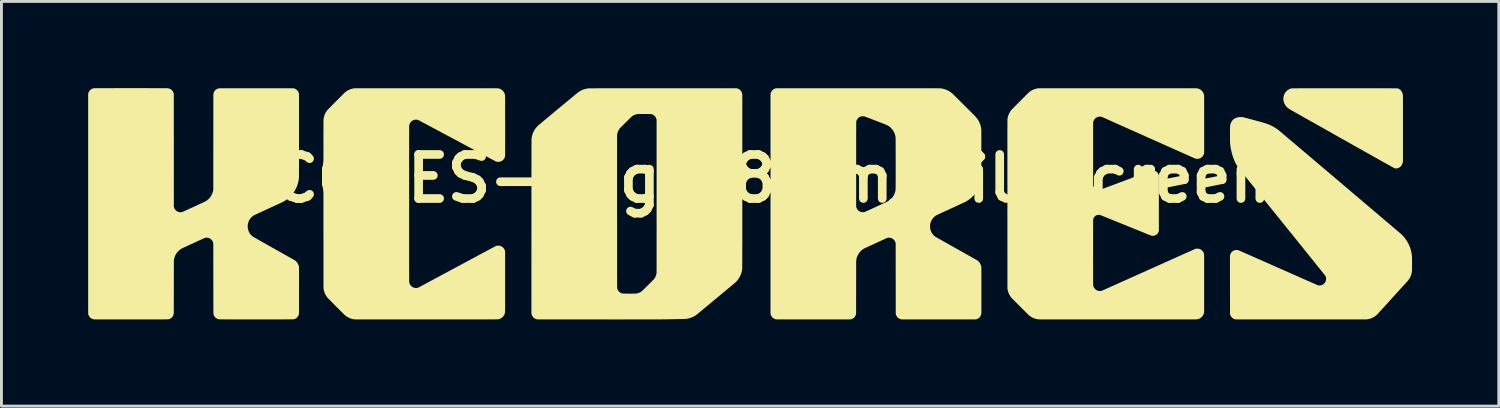
<source format=kicad_pcb>
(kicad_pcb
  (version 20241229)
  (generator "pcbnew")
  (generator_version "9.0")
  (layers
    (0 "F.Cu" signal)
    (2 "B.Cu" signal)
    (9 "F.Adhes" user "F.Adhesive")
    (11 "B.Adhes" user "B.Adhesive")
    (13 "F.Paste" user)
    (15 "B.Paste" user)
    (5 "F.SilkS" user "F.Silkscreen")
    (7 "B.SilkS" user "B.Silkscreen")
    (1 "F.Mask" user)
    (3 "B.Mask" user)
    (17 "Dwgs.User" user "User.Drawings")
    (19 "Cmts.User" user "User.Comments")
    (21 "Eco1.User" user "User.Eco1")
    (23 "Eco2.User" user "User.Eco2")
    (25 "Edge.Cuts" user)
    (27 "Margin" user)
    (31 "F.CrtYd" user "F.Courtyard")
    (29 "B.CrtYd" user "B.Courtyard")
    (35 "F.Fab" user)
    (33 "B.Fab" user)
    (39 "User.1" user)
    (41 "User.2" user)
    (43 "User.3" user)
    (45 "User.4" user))
  (footprint "KCORES-Logo_8mm_SilkScreen"
    (layer "F.Cu")
    (at 22.899 3.128)
    (property "Reference" "KCORES-Logo_8mm_SilkScreen" (at 0 0 0) (layer "F.SilkS") (effects (font (size 1.524 1.524) (thickness 0.3))))
    (attr board_only exclude_from_pos_files exclude_from_bom)
    (fp_poly (pts (xy 20.782 -3.124) (xy 20.883 -3.124) (xy 20.98 -3.124) (xy 21.072 -3.124) (xy 21.16 -3.124) (xy 21.244 -3.124) (xy 21.325 -3.124) (xy 21.401 -3.124) (xy 21.474 -3.124) (xy 21.543 -3.124) (xy 21.608 -3.124) (xy 21.671 -3.124) (xy 21.729 -3.124) (xy 21.785 -3.124) (xy 21.837 -3.124) (xy 21.886 -3.124) (xy 21.932 -3.124) (xy 21.976 -3.124) (xy 22.016 -3.124) (xy 22.054 -3.124) (xy 22.089 -3.124) (xy 22.122 -3.124) (xy 22.153 -3.124) (xy 22.181 -3.124) (xy 22.206 -3.123) (xy 22.23 -3.123) (xy 22.252 -3.123) (xy 22.272 -3.123) (xy 22.289 -3.123) (xy 22.306 -3.123) (xy 22.32 -3.123) (xy 22.333 -3.123) (xy 22.344 -3.123) (xy 22.354 -3.122) (xy 22.363 -3.122) (xy 22.371 -3.122) (xy 22.377 -3.122) (xy 22.383 -3.122) (xy 22.388 -3.122) (xy 22.391 -3.121) (xy 22.395 -3.121) (xy 22.397 -3.121) (xy 22.399 -3.121) (xy 22.401 -3.121) (xy 22.402 -3.12) (xy 22.403 -3.12) (xy 22.403 -3.12) (xy 22.432 -3.109) (xy 22.46 -3.095) (xy 22.485 -3.077) (xy 22.508 -3.055) (xy 22.529 -3.03) (xy 22.547 -3.002) (xy 22.562 -2.972) (xy 22.574 -2.939) (xy 22.582 -2.905) (xy 22.583 -2.901) (xy 22.583 -2.899) (xy 22.583 -2.896) (xy 22.584 -2.893) (xy 22.584 -2.889) (xy 22.584 -2.885) (xy 22.584 -2.879) (xy 22.584 -2.872) (xy 22.585 -2.863) (xy 22.585 -2.854) (xy 22.585 -2.843) (xy 22.585 -2.83) (xy 22.585 -2.815) (xy 22.585 -2.799) (xy 22.586 -2.78) (xy 22.586 -2.76) (xy 22.586 -2.737) (xy 22.586 -2.712) (xy 22.586 -2.685) (xy 22.586 -2.655) (xy 22.586 -2.622) (xy 22.586 -2.586) (xy 22.586 -2.548) (xy 22.586 -2.506) (xy 22.586 -2.462) (xy 22.586 -2.414) (xy 22.586 -2.362) (xy 22.586 -2.307) (xy 22.586 -2.249) (xy 22.586 -2.186) (xy 22.586 -2.12) (xy 22.586 -2.05) (xy 22.586 -1.975) (xy 22.586 -1.897) (xy 22.586 -1.814) (xy 22.586 -1.738) (xy 22.586 -1.651) (xy 22.586 -1.568) (xy 22.586 -1.49) (xy 22.586 -1.416) (xy 22.586 -1.346) (xy 22.586 -1.28) (xy 22.586 -1.218) (xy 22.586 -1.159) (xy 22.586 -1.104) (xy 22.586 -1.053) (xy 22.586 -1.005) (xy 22.586 -0.961) (xy 22.586 -0.92) (xy 22.586 -0.881) (xy 22.586 -0.846) (xy 22.586 -0.814) (xy 22.586 -0.784) (xy 22.586 -0.756) (xy 22.586 -0.732) (xy 22.586 -0.709) (xy 22.585 -0.689) (xy 22.585 -0.671) (xy 22.585 -0.655) (xy 22.585 -0.641) (xy 22.585 -0.628) (xy 22.585 -0.618) (xy 22.585 -0.608) (xy 22.584 -0.601) (xy 22.584 -0.594) (xy 22.584 -0.589) (xy 22.584 -0.584) (xy 22.583 -0.581) (xy 22.583 -0.578) (xy 22.583 -0.576) (xy 22.575 -0.542) (xy 22.564 -0.509) (xy 22.549 -0.478) (xy 22.531 -0.45) (xy 22.511 -0.425) (xy 22.487 -0.403) (xy 22.462 -0.384) (xy 22.435 -0.369) (xy 22.406 -0.359) (xy 22.391 -0.355) (xy 22.374 -0.353) (xy 22.356 -0.352) (xy 22.338 -0.352) (xy 22.323 -0.353) (xy 22.318 -0.353) (xy 22.31 -0.355) (xy 22.3 -0.358) (xy 22.289 -0.361) (xy 22.287 -0.362) (xy 22.285 -0.363) (xy 22.281 -0.365) (xy 22.275 -0.368) (xy 22.266 -0.373) (xy 22.256 -0.379) (xy 22.243 -0.386) (xy 22.227 -0.394) (xy 22.21 -0.404) (xy 22.19 -0.415) (xy 22.167 -0.428) (xy 22.142 -0.442) (xy 22.114 -0.457) (xy 22.084 -0.474) (xy 22.051 -0.492) (xy 22.015 -0.513) (xy 21.976 -0.534) (xy 21.935 -0.557) (xy 21.89 -0.582) (xy 21.843 -0.609) (xy 21.792 -0.637) (xy 21.738 -0.667) (xy 21.682 -0.699) (xy 21.622 -0.733) (xy 21.559 -0.768) (xy 21.492 -0.806) (xy 21.422 -0.845) (xy 21.349 -0.886) (xy 21.272 -0.929) (xy 21.192 -0.975) (xy 21.108 -1.022) (xy 21.02 -1.071) (xy 20.929 -1.122) (xy 20.834 -1.176) (xy 20.736 -1.231) (xy 20.633 -1.289) (xy 20.526 -1.349) (xy 20.471 -1.38) (xy 20.386 -1.428) (xy 20.302 -1.475) (xy 20.22 -1.522) (xy 20.138 -1.568) (xy 20.057 -1.613) (xy 19.978 -1.658) (xy 19.9 -1.702) (xy 19.824 -1.745) (xy 19.749 -1.787) (xy 19.676 -1.828) (xy 19.605 -1.868) (xy 19.535 -1.908) (xy 19.467 -1.946) (xy 19.402 -1.983) (xy 19.338 -2.018) (xy 19.277 -2.053) (xy 19.218 -2.086) (xy 19.161 -2.118) (xy 19.107 -2.149) (xy 19.056 -2.178) (xy 19.007 -2.206) (xy 18.96 -2.232) (xy 18.917 -2.256) (xy 18.877 -2.279) (xy 18.839 -2.3) (xy 18.805 -2.32) (xy 18.774 -2.337) (xy 18.746 -2.353) (xy 18.722 -2.367) (xy 18.701 -2.379) (xy 18.683 -2.389) (xy 18.67 -2.397) (xy 18.66 -2.402) (xy 18.653 -2.406) (xy 18.651 -2.407) (xy 18.612 -2.437) (xy 18.577 -2.468) (xy 18.546 -2.501) (xy 18.519 -2.536) (xy 18.497 -2.572) (xy 18.479 -2.609) (xy 18.465 -2.648) (xy 18.455 -2.688) (xy 18.45 -2.729) (xy 18.449 -2.77) (xy 18.452 -2.811) (xy 18.46 -2.851) (xy 18.472 -2.891) (xy 18.485 -2.922) (xy 18.501 -2.953) (xy 18.52 -2.982) (xy 18.542 -3.009) (xy 18.566 -3.034) (xy 18.596 -3.059) (xy 18.628 -3.081) (xy 18.662 -3.099) (xy 18.698 -3.112) (xy 18.728 -3.12) (xy 18.729 -3.12) (xy 18.731 -3.121) (xy 18.733 -3.121) (xy 18.735 -3.121) (xy 18.738 -3.121) (xy 18.742 -3.122) (xy 18.747 -3.122) (xy 18.752 -3.122) (xy 18.758 -3.122) (xy 18.766 -3.122) (xy 18.774 -3.122) (xy 18.784 -3.123) (xy 18.795 -3.123) (xy 18.808 -3.123) (xy 18.822 -3.123) (xy 18.837 -3.123) (xy 18.855 -3.123) (xy 18.874 -3.123) (xy 18.895 -3.123) (xy 18.918 -3.123) (xy 18.944 -3.124) (xy 18.971 -3.124) (xy 19.001 -3.124) (xy 19.033 -3.124) (xy 19.068 -3.124) (xy 19.105 -3.124) (xy 19.145 -3.124) (xy 19.187 -3.124) (xy 19.233 -3.124) (xy 19.281 -3.124) (xy 19.333 -3.124) (xy 19.387 -3.124) (xy 19.445 -3.124) (xy 19.506 -3.124) (xy 19.571 -3.124) (xy 19.639 -3.124) (xy 19.71 -3.124) (xy 19.786 -3.124) (xy 19.865 -3.124) (xy 19.948 -3.124) (xy 20.035 -3.124) (xy 20.126 -3.124) (xy 20.222 -3.124) (xy 20.321 -3.124) (xy 20.425 -3.124) (xy 20.677 -3.124)) (stroke (width 0) (type solid)) (fill yes) (layer "F.SilkS"))
    (fp_poly (pts (xy 17.003 -2.128) (xy 17.018 -2.127) (xy 17.032 -2.126) (xy 17.045 -2.124) (xy 17.056 -2.123) (xy 17.058 -2.122) (xy 17.062 -2.121) (xy 17.071 -2.119) (xy 17.084 -2.116) (xy 17.1 -2.112) (xy 17.12 -2.107) (xy 17.142 -2.101) (xy 17.167 -2.094) (xy 17.194 -2.087) (xy 17.224 -2.079) (xy 17.255 -2.071) (xy 17.287 -2.062) (xy 17.321 -2.053) (xy 17.341 -2.048) (xy 17.376 -2.038) (xy 17.41 -2.029) (xy 17.444 -2.02) (xy 17.476 -2.011) (xy 17.506 -2.003) (xy 17.535 -1.995) (xy 17.562 -1.988) (xy 17.586 -1.982) (xy 17.607 -1.976) (xy 17.624 -1.971) (xy 17.639 -1.967) (xy 17.649 -1.965) (xy 17.652 -1.964) (xy 17.689 -1.954) (xy 17.725 -1.943) (xy 17.761 -1.933) (xy 17.796 -1.922) (xy 17.828 -1.912) (xy 17.857 -1.903) (xy 17.884 -1.894) (xy 17.906 -1.886) (xy 17.908 -1.885) (xy 17.983 -1.854) (xy 18.056 -1.819) (xy 18.126 -1.781) (xy 18.195 -1.738) (xy 18.262 -1.691) (xy 18.295 -1.665) (xy 18.298 -1.662) (xy 18.305 -1.657) (xy 18.315 -1.648) (xy 18.328 -1.637) (xy 18.345 -1.623) (xy 18.364 -1.607) (xy 18.387 -1.588) (xy 18.412 -1.566) (xy 18.441 -1.542) (xy 18.472 -1.516) (xy 18.505 -1.488) (xy 18.542 -1.457) (xy 18.58 -1.424) (xy 18.621 -1.389) (xy 18.665 -1.353) (xy 18.71 -1.314) (xy 18.758 -1.273) (xy 18.808 -1.231) (xy 18.86 -1.187) (xy 18.914 -1.142) (xy 18.97 -1.095) (xy 19.027 -1.046) (xy 19.086 -0.996) (xy 19.147 -0.945) (xy 19.209 -0.892) (xy 19.272 -0.838) (xy 19.337 -0.783) (xy 19.403 -0.727) (xy 19.47 -0.67) (xy 19.539 -0.612) (xy 19.608 -0.554) (xy 19.678 -0.494) (xy 19.749 -0.434) (xy 19.821 -0.373) (xy 19.894 -0.312) (xy 19.967 -0.25) (xy 20.04 -0.187) (xy 20.114 -0.125) (xy 20.189 -0.062) (xy 20.263 0.002) (xy 20.338 0.065) (xy 20.413 0.128) (xy 20.488 0.192) (xy 20.562 0.255) (xy 20.637 0.318) (xy 20.711 0.381) (xy 20.785 0.444) (xy 20.859 0.507) (xy 20.932 0.569) (xy 21.004 0.63) (xy 21.076 0.691) (xy 21.147 0.751) (xy 21.218 0.811) (xy 21.287 0.87) (xy 21.355 0.928) (xy 21.422 0.985) (xy 21.489 1.041) (xy 21.553 1.096) (xy 21.617 1.15) (xy 21.679 1.202) (xy 21.74 1.254) (xy 21.799 1.304) (xy 21.856 1.353) (xy 21.912 1.4) (xy 21.966 1.446) (xy 22.018 1.49) (xy 22.068 1.532) (xy 22.116 1.573) (xy 22.161 1.611) (xy 22.205 1.648) (xy 22.246 1.683) (xy 22.285 1.716) (xy 22.321 1.747) (xy 22.355 1.776) (xy 22.386 1.802) (xy 22.414 1.826) (xy 22.439 1.848) (xy 22.462 1.867) (xy 22.482 1.884) (xy 22.498 1.898) (xy 22.511 1.909) (xy 22.522 1.918) (xy 22.528 1.924) (xy 22.532 1.927) (xy 22.532 1.927) (xy 22.571 1.965) (xy 22.609 2.007) (xy 22.646 2.052) (xy 22.681 2.099) (xy 22.714 2.148) (xy 22.741 2.192) (xy 22.751 2.209) (xy 22.762 2.23) (xy 22.773 2.253) (xy 22.785 2.276) (xy 22.796 2.299) (xy 22.806 2.321) (xy 22.814 2.34) (xy 22.816 2.344) (xy 22.839 2.408) (xy 22.859 2.473) (xy 22.875 2.541) (xy 22.887 2.609) (xy 22.896 2.677) (xy 22.898 2.711) (xy 22.899 2.72) (xy 22.899 2.733) (xy 22.899 2.75) (xy 22.9 2.77) (xy 22.9 2.792) (xy 22.9 2.817) (xy 22.9 2.843) (xy 22.9 2.872) (xy 22.901 2.901) (xy 22.901 2.931) (xy 22.901 2.961) (xy 22.901 2.991) (xy 22.9 3.021) (xy 22.9 3.049) (xy 22.9 3.077) (xy 22.9 3.102) (xy 22.9 3.126) (xy 22.9 3.146) (xy 22.899 3.164) (xy 22.899 3.178) (xy 22.898 3.189) (xy 22.898 3.194) (xy 22.891 3.247) (xy 22.879 3.298) (xy 22.864 3.348) (xy 22.844 3.396) (xy 22.819 3.443) (xy 22.791 3.488) (xy 22.758 3.531) (xy 22.728 3.565) (xy 22.725 3.568) (xy 22.719 3.575) (xy 22.71 3.585) (xy 22.698 3.598) (xy 22.684 3.613) (xy 22.667 3.632) (xy 22.648 3.653) (xy 22.626 3.676) (xy 22.603 3.702) (xy 22.577 3.73) (xy 22.55 3.761) (xy 22.521 3.793) (xy 22.49 3.826) (xy 22.458 3.862) (xy 22.424 3.899) (xy 22.389 3.938) (xy 22.353 3.977) (xy 22.316 4.018) (xy 22.278 4.06) (xy 22.239 4.103) (xy 22.204 4.141) (xy 22.165 4.185) (xy 22.126 4.227) (xy 22.089 4.269) (xy 22.052 4.31) (xy 22.016 4.349) (xy 21.981 4.387) (xy 21.948 4.424) (xy 21.916 4.459) (xy 21.885 4.492) (xy 21.856 4.524) (xy 21.829 4.554) (xy 21.804 4.581) (xy 21.781 4.606) (xy 21.76 4.629) (xy 21.741 4.65) (xy 21.725 4.668) (xy 21.711 4.683) (xy 21.7 4.695) (xy 21.691 4.704) (xy 21.686 4.71) (xy 21.683 4.713) (xy 21.656 4.736) (xy 21.626 4.759) (xy 21.593 4.781) (xy 21.56 4.8) (xy 21.538 4.811) (xy 21.499 4.829) (xy 21.46 4.843) (xy 21.418 4.855) (xy 21.374 4.864) (xy 21.362 4.866) (xy 21.333 4.871) (xy 19.07 4.872) (xy 18.968 4.872) (xy 18.868 4.872) (xy 18.768 4.872) (xy 18.67 4.872) (xy 18.573 4.872) (xy 18.478 4.872) (xy 18.384 4.872) (xy 18.292 4.872) (xy 18.202 4.872) (xy 18.113 4.872) (xy 18.027 4.872) (xy 17.943 4.872) (xy 17.861 4.872) (xy 17.781 4.872) (xy 17.703 4.872) (xy 17.628 4.872) (xy 17.556 4.872) (xy 17.486 4.872) (xy 17.419 4.872) (xy 17.355 4.872) (xy 17.294 4.872) (xy 17.236 4.872) (xy 17.181 4.872) (xy 17.13 4.872) (xy 17.081 4.872) (xy 17.037 4.871) (xy 16.995 4.871) (xy 16.958 4.871) (xy 16.924 4.871) (xy 16.894 4.871) (xy 16.868 4.871) (xy 16.846 4.871) (xy 16.828 4.871) (xy 16.815 4.871) (xy 16.805 4.871) (xy 16.801 4.871) (xy 16.8 4.871) (xy 16.768 4.865) (xy 16.738 4.854) (xy 16.71 4.839) (xy 16.685 4.821) (xy 16.662 4.8) (xy 16.642 4.775) (xy 16.625 4.748) (xy 16.612 4.717) (xy 16.608 4.705) (xy 16.603 4.688) (xy 16.602 3.692) (xy 16.602 3.624) (xy 16.601 3.558) (xy 16.601 3.493) (xy 16.601 3.429) (xy 16.601 3.366) (xy 16.601 3.306) (xy 16.601 3.247) (xy 16.601 3.19) (xy 16.601 3.136) (xy 16.601 3.083) (xy 16.601 3.034) (xy 16.601 2.986) (xy 16.601 2.942) (xy 16.601 2.9) (xy 16.601 2.861) (xy 16.601 2.826) (xy 16.601 2.794) (xy 16.602 2.765) (xy 16.602 2.741) (xy 16.602 2.72) (xy 16.602 2.702) (xy 16.602 2.689) (xy 16.602 2.681) (xy 16.602 2.676) (xy 16.602 2.676) (xy 16.607 2.646) (xy 16.615 2.617) (xy 16.628 2.59) (xy 16.644 2.565) (xy 16.662 2.542) (xy 16.684 2.522) (xy 16.707 2.505) (xy 16.733 2.491) (xy 16.76 2.481) (xy 16.789 2.473) (xy 16.819 2.47) (xy 16.849 2.471) (xy 16.879 2.475) (xy 16.887 2.477) (xy 16.89 2.479) (xy 16.896 2.481) (xy 16.905 2.484) (xy 16.917 2.489) (xy 16.931 2.496) (xy 16.949 2.503) (xy 16.97 2.512) (xy 16.994 2.523) (xy 17.022 2.535) (xy 17.052 2.548) (xy 17.086 2.563) (xy 17.123 2.579) (xy 17.164 2.597) (xy 17.208 2.616) (xy 17.255 2.637) (xy 17.307 2.66) (xy 17.361 2.684) (xy 17.42 2.71) (xy 17.482 2.737) (xy 17.548 2.766) (xy 17.617 2.797) (xy 17.691 2.829) (xy 17.768 2.864) (xy 17.849 2.899) (xy 17.935 2.937) (xy 18.024 2.977) (xy 18.117 3.018) (xy 18.215 3.061) (xy 18.221 3.064) (xy 18.313 3.104) (xy 18.401 3.144) (xy 18.485 3.181) (xy 18.566 3.216) (xy 18.642 3.25) (xy 18.715 3.282) (xy 18.784 3.313) (xy 18.85 3.342) (xy 18.912 3.369) (xy 18.971 3.395) (xy 19.026 3.42) (xy 19.079 3.443) (xy 19.128 3.465) (xy 19.174 3.485) (xy 19.218 3.505) (xy 19.258 3.523) (xy 19.296 3.539) (xy 19.332 3.555) (xy 19.365 3.57) (xy 19.395 3.583) (xy 19.423 3.595) (xy 19.449 3.607) (xy 19.473 3.617) (xy 19.495 3.627) (xy 19.514 3.635) (xy 19.532 3.643) (xy 19.548 3.65) (xy 19.563 3.657) (xy 19.576 3.662) (xy 19.587 3.667) (xy 19.597 3.672) (xy 19.606 3.675) (xy 19.614 3.679) (xy 19.62 3.681) (xy 19.626 3.684) (xy 19.63 3.686) (xy 19.634 3.687) (xy 19.637 3.688) (xy 19.639 3.689) (xy 19.641 3.69) (xy 19.642 3.69) (xy 19.643 3.69) (xy 19.644 3.691) (xy 19.644 3.691) (xy 19.645 3.691) (xy 19.645 3.691) (xy 19.646 3.691) (xy 19.647 3.691) (xy 19.648 3.691) (xy 19.649 3.691) (xy 19.671 3.695) (xy 19.695 3.697) (xy 19.719 3.697) (xy 19.742 3.694) (xy 19.751 3.692) (xy 19.781 3.682) (xy 19.809 3.669) (xy 19.836 3.651) (xy 19.859 3.63) (xy 19.88 3.607) (xy 19.898 3.58) (xy 19.912 3.551) (xy 19.922 3.52) (xy 19.922 3.518) (xy 19.925 3.501) (xy 19.927 3.481) (xy 19.927 3.461) (xy 19.926 3.441) (xy 19.923 3.424) (xy 19.922 3.421) (xy 19.917 3.403) (xy 19.911 3.387) (xy 19.904 3.372) (xy 19.897 3.36) (xy 19.895 3.357) (xy 19.891 3.352) (xy 19.885 3.343) (xy 19.875 3.332) (xy 19.864 3.317) (xy 19.85 3.299) (xy 19.834 3.279) (xy 19.815 3.255) (xy 19.793 3.228) (xy 19.769 3.198) (xy 19.743 3.165) (xy 19.714 3.129) (xy 19.682 3.09) (xy 19.648 3.047) (xy 19.611 3.002) (xy 19.572 2.953) (xy 19.53 2.9) (xy 19.486 2.845) (xy 19.438 2.786) (xy 19.388 2.724) (xy 19.336 2.659) (xy 19.281 2.59) (xy 19.223 2.518) (xy 19.162 2.443) (xy 19.099 2.364) (xy 19.032 2.282) (xy 18.964 2.197) (xy 18.892 2.108) (xy 18.817 2.015) (xy 18.74 1.919) (xy 18.66 1.82) (xy 18.577 1.717) (xy 18.491 1.611) (xy 18.42 1.522) (xy 18.355 1.441) (xy 18.29 1.361) (xy 18.226 1.282) (xy 18.163 1.204) (xy 18.101 1.127) (xy 18.04 1.051) (xy 17.98 0.977) (xy 17.921 0.903) (xy 17.863 0.831) (xy 17.806 0.76) (xy 17.75 0.691) (xy 17.695 0.624) (xy 17.642 0.558) (xy 17.59 0.494) (xy 17.54 0.431) (xy 17.491 0.371) (xy 17.444 0.312) (xy 17.398 0.255) (xy 17.354 0.201) (xy 17.312 0.149) (xy 17.272 0.099) (xy 17.234 0.051) (xy 17.197 0.006) (xy 17.163 -0.037) (xy 17.13 -0.077) (xy 17.1 -0.114) (xy 17.072 -0.149) (xy 17.046 -0.181) (xy 17.023 -0.21) (xy 17.002 -0.236) (xy 16.983 -0.259) (xy 16.967 -0.279) (xy 16.953 -0.296) (xy 16.942 -0.31) (xy 16.934 -0.32) (xy 16.929 -0.327) (xy 16.926 -0.33) (xy 16.926 -0.33) (xy 16.911 -0.35) (xy 16.894 -0.373) (xy 16.877 -0.397) (xy 16.86 -0.423) (xy 16.844 -0.448) (xy 16.83 -0.471) (xy 16.825 -0.479) (xy 16.792 -0.541) (xy 16.762 -0.606) (xy 16.733 -0.675) (xy 16.707 -0.746) (xy 16.684 -0.819) (xy 16.663 -0.895) (xy 16.645 -0.971) (xy 16.629 -1.049) (xy 16.617 -1.127) (xy 16.608 -1.204) (xy 16.604 -1.261) (xy 16.603 -1.272) (xy 16.603 -1.287) (xy 16.603 -1.306) (xy 16.602 -1.331) (xy 16.602 -1.359) (xy 16.602 -1.393) (xy 16.602 -1.431) (xy 16.602 -1.473) (xy 16.602 -1.52) (xy 16.602 -1.558) (xy 16.602 -1.598) (xy 16.602 -1.633) (xy 16.602 -1.665) (xy 16.603 -1.693) (xy 16.603 -1.717) (xy 16.603 -1.738) (xy 16.603 -1.756) (xy 16.603 -1.771) (xy 16.603 -1.784) (xy 16.604 -1.795) (xy 16.604 -1.804) (xy 16.604 -1.812) (xy 16.605 -1.818) (xy 16.605 -1.823) (xy 16.606 -1.828) (xy 16.606 -1.832) (xy 16.607 -1.836) (xy 16.608 -1.84) (xy 16.608 -1.841) (xy 16.618 -1.883) (xy 16.632 -1.922) (xy 16.649 -1.957) (xy 16.669 -1.99) (xy 16.693 -2.019) (xy 16.719 -2.045) (xy 16.75 -2.068) (xy 16.783 -2.087) (xy 16.786 -2.089) (xy 16.822 -2.104) (xy 16.86 -2.116) (xy 16.9 -2.125) (xy 16.942 -2.129) (xy 16.985 -2.129)) (stroke (width 0) (type solid)) (fill yes) (layer "F.SilkS"))
    (fp_poly (pts (xy -21.31 -3.128) (xy -21.244 -3.128) (xy -21.178 -3.128) (xy -21.113 -3.128) (xy -21.048 -3.128) (xy -20.984 -3.128) (xy -20.922 -3.128) (xy -20.861 -3.128) (xy -20.801 -3.128) (xy -20.742 -3.127) (xy -20.686 -3.127) (xy -20.631 -3.127) (xy -20.578 -3.127) (xy -20.528 -3.127) (xy -20.48 -3.127) (xy -20.434 -3.127) (xy -20.391 -3.127) (xy -20.351 -3.127) (xy -20.314 -3.127) (xy -20.28 -3.127) (xy -20.25 -3.126) (xy -20.223 -3.126) (xy -20.199 -3.126) (xy -20.18 -3.126) (xy -20.164 -3.126) (xy -20.153 -3.126) (xy -20.146 -3.125) (xy -20.143 -3.125) (xy -20.111 -3.119) (xy -20.08 -3.109) (xy -20.051 -3.095) (xy -20.028 -3.08) (xy -20.004 -3.058) (xy -19.983 -3.034) (xy -19.965 -3.007) (xy -19.951 -2.977) (xy -19.943 -2.952) (xy -19.937 -2.929) (xy -19.936 -0.977) (xy -19.935 0.976) (xy -19.928 0.996) (xy -19.919 1.023) (xy -19.908 1.046) (xy -19.894 1.067) (xy -19.878 1.087) (xy -19.866 1.1) (xy -19.841 1.121) (xy -19.814 1.138) (xy -19.785 1.151) (xy -19.754 1.16) (xy -19.748 1.162) (xy -19.729 1.164) (xy -19.708 1.165) (xy -19.686 1.164) (xy -19.665 1.161) (xy -19.647 1.157) (xy -19.646 1.157) (xy -19.642 1.156) (xy -19.634 1.152) (xy -19.623 1.147) (xy -19.608 1.141) (xy -19.59 1.133) (xy -19.569 1.123) (xy -19.546 1.113) (xy -19.52 1.101) (xy -19.492 1.089) (xy -19.462 1.075) (xy -19.431 1.061) (xy -19.398 1.046) (xy -19.364 1.03) (xy -19.33 1.015) (xy -19.294 0.999) (xy -19.259 0.982) (xy -19.223 0.966) (xy -19.188 0.95) (xy -19.153 0.934) (xy -19.118 0.918) (xy -19.085 0.902) (xy -19.053 0.888) (xy -19.022 0.873) (xy -18.993 0.86) (xy -18.966 0.847) (xy -18.941 0.836) (xy -18.919 0.826) (xy -18.899 0.816) (xy -18.883 0.809) (xy -18.869 0.802) (xy -18.86 0.797) (xy -18.855 0.795) (xy -18.814 0.772) (xy -18.776 0.745) (xy -18.74 0.714) (xy -18.706 0.68) (xy -18.676 0.643) (xy -18.649 0.603) (xy -18.626 0.561) (xy -18.624 0.558) (xy -18.61 0.526) (xy -18.597 0.494) (xy -18.587 0.46) (xy -18.578 0.424) (xy -18.575 0.41) (xy -18.57 0.384) (xy -18.568 -2.929) (xy -18.562 -2.952) (xy -18.551 -2.983) (xy -18.536 -3.012) (xy -18.518 -3.038) (xy -18.497 -3.062) (xy -18.473 -3.082) (xy -18.447 -3.098) (xy -18.418 -3.111) (xy -18.387 -3.12) (xy -18.384 -3.121) (xy -18.382 -3.121) (xy -18.381 -3.122) (xy -18.379 -3.122) (xy -18.376 -3.122) (xy -18.373 -3.123) (xy -18.37 -3.123) (xy -18.365 -3.123) (xy -18.36 -3.123) (xy -18.354 -3.123) (xy -18.347 -3.124) (xy -18.338 -3.124) (xy -18.329 -3.124) (xy -18.317 -3.124) (xy -18.305 -3.124) (xy -18.29 -3.124) (xy -18.274 -3.124) (xy -18.256 -3.125) (xy -18.236 -3.125) (xy -18.214 -3.125) (xy -18.19 -3.125) (xy -18.163 -3.125) (xy -18.134 -3.125) (xy -18.102 -3.125) (xy -18.068 -3.125) (xy -18.031 -3.125) (xy -17.991 -3.125) (xy -17.948 -3.125) (xy -17.902 -3.125) (xy -17.852 -3.125) (xy -17.8 -3.125) (xy -17.744 -3.125) (xy -17.684 -3.125) (xy -17.62 -3.125) (xy -17.553 -3.125) (xy -17.482 -3.125) (xy -17.407 -3.125) (xy -17.327 -3.125) (xy -17.243 -3.125) (xy -17.155 -3.125) (xy -17.078 -3.125) (xy -15.793 -3.124) (xy -15.773 -3.118) (xy -15.762 -3.114) (xy -15.75 -3.11) (xy -15.741 -3.106) (xy -15.739 -3.105) (xy -15.711 -3.09) (xy -15.687 -3.072) (xy -15.664 -3.05) (xy -15.645 -3.025) (xy -15.629 -2.998) (xy -15.617 -2.97) (xy -15.609 -2.94) (xy -15.606 -2.926) (xy -15.606 -2.923) (xy -15.606 -2.917) (xy -15.606 -2.907) (xy -15.606 -2.895) (xy -15.606 -2.879) (xy -15.606 -2.861) (xy -15.605 -2.838) (xy -15.605 -2.813) (xy -15.605 -2.784) (xy -15.605 -2.751) (xy -15.605 -2.715) (xy -15.605 -2.675) (xy -15.605 -2.631) (xy -15.605 -2.584) (xy -15.605 -2.533) (xy -15.605 -2.478) (xy -15.605 -2.419) (xy -15.605 -2.357) (xy -15.605 -2.29) (xy -15.605 -2.219) (xy -15.605 -2.144) (xy -15.605 -2.065) (xy -15.605 -1.981) (xy -15.605 -1.894) (xy -15.605 -1.802) (xy -15.605 -1.705) (xy -15.605 -1.604) (xy -15.605 -1.499) (xy -15.605 -1.471) (xy -15.605 -1.373) (xy -15.605 -1.28) (xy -15.605 -1.191) (xy -15.605 -1.107) (xy -15.605 -1.026) (xy -15.605 -0.95) (xy -15.605 -0.877) (xy -15.605 -0.809) (xy -15.605 -0.744) (xy -15.605 -0.683) (xy -15.605 -0.625) (xy -15.605 -0.57) (xy -15.605 -0.519) (xy -15.605 -0.471) (xy -15.605 -0.426) (xy -15.606 -0.384) (xy -15.606 -0.345) (xy -15.606 -0.308) (xy -15.606 -0.275) (xy -15.606 -0.243) (xy -15.606 -0.214) (xy -15.606 -0.188) (xy -15.607 -0.163) (xy -15.607 -0.141) (xy -15.607 -0.12) (xy -15.607 -0.102) (xy -15.607 -0.085) (xy -15.608 -0.07) (xy -15.608 -0.056) (xy -15.608 -0.044) (xy -15.609 -0.033) (xy -15.609 -0.023) (xy -15.609 -0.015) (xy -15.61 -0.007) (xy -15.61 -0.000072) (xy -15.611 0.006) (xy -15.611 0.011) (xy -15.612 0.016) (xy -15.612 0.021) (xy -15.613 0.025) (xy -15.613 0.029) (xy -15.614 0.033) (xy -15.615 0.036) (xy -15.615 0.04) (xy -15.616 0.044) (xy -15.617 0.049) (xy -15.618 0.054) (xy -15.618 0.055) (xy -15.631 0.122) (xy -15.649 0.187) (xy -15.67 0.252) (xy -15.696 0.314) (xy -15.726 0.375) (xy -15.76 0.433) (xy -15.797 0.49) (xy -15.839 0.544) (xy -15.884 0.595) (xy -15.932 0.643) (xy -15.984 0.689) (xy -15.996 0.699) (xy -16.008 0.708) (xy -16.023 0.719) (xy -16.04 0.732) (xy -16.059 0.744) (xy -16.077 0.756) (xy -16.095 0.768) (xy -16.111 0.778) (xy -16.124 0.786) (xy -16.126 0.787) (xy -16.131 0.79) (xy -16.136 0.792) (xy -16.141 0.795) (xy -16.147 0.799) (xy -16.154 0.802) (xy -16.162 0.806) (xy -16.171 0.81) (xy -16.181 0.815) (xy -16.193 0.821) (xy -16.207 0.828) (xy -16.222 0.835) (xy -16.239 0.843) (xy -16.259 0.852) (xy -16.28 0.862) (xy -16.305 0.873) (xy -16.332 0.886) (xy -16.361 0.899) (xy -16.394 0.915) (xy -16.43 0.931) (xy -16.469 0.949) (xy -16.512 0.969) (xy -16.558 0.99) (xy -16.608 1.013) (xy -16.662 1.038) (xy -16.664 1.039) (xy -16.707 1.059) (xy -16.75 1.079) (xy -16.792 1.098) (xy -16.832 1.116) (xy -16.871 1.134) (xy -16.907 1.151) (xy -16.942 1.167) (xy -16.975 1.182) (xy -17.006 1.196) (xy -17.034 1.209) (xy -17.059 1.221) (xy -17.081 1.231) (xy -17.1 1.24) (xy -17.116 1.247) (xy -17.128 1.253) (xy -17.137 1.257) (xy -17.141 1.259) (xy -17.142 1.259) (xy -17.178 1.28) (xy -17.212 1.304) (xy -17.244 1.332) (xy -17.274 1.363) (xy -17.3 1.396) (xy -17.309 1.409) (xy -17.326 1.438) (xy -17.342 1.471) (xy -17.355 1.505) (xy -17.366 1.539) (xy -17.372 1.563) (xy -17.378 1.606) (xy -17.381 1.65) (xy -17.379 1.694) (xy -17.372 1.737) (xy -17.362 1.779) (xy -17.347 1.82) (xy -17.329 1.859) (xy -17.307 1.896) (xy -17.283 1.93) (xy -17.271 1.943) (xy -17.257 1.958) (xy -17.241 1.973) (xy -17.225 1.987) (xy -17.21 2) (xy -17.198 2.009) (xy -17.194 2.012) (xy -17.187 2.016) (xy -17.175 2.023) (xy -17.16 2.031) (xy -17.142 2.042) (xy -17.121 2.054) (xy -17.096 2.068) (xy -17.068 2.084) (xy -17.038 2.101) (xy -17.004 2.12) (xy -16.968 2.141) (xy -16.93 2.162) (xy -16.889 2.185) (xy -16.846 2.21) (xy -16.801 2.235) (xy -16.754 2.261) (xy -16.706 2.289) (xy -16.656 2.317) (xy -16.604 2.346) (xy -16.551 2.376) (xy -16.497 2.406) (xy -16.47 2.422) (xy -16.417 2.452) (xy -16.365 2.481) (xy -16.314 2.51) (xy -16.264 2.538) (xy -16.216 2.565) (xy -16.169 2.591) (xy -16.124 2.617) (xy -16.08 2.641) (xy -16.039 2.664) (xy -16 2.686) (xy -15.963 2.707) (xy -15.929 2.726) (xy -15.897 2.744) (xy -15.868 2.761) (xy -15.841 2.776) (xy -15.818 2.789) (xy -15.798 2.8) (xy -15.781 2.81) (xy -15.768 2.818) (xy -15.758 2.823) (xy -15.752 2.827) (xy -15.75 2.828) (xy -15.72 2.851) (xy -15.692 2.877) (xy -15.668 2.906) (xy -15.648 2.938) (xy -15.631 2.971) (xy -15.618 3.007) (xy -15.609 3.043) (xy -15.606 3.064) (xy -15.606 3.067) (xy -15.606 3.075) (xy -15.606 3.086) (xy -15.606 3.1) (xy -15.605 3.118) (xy -15.605 3.14) (xy -15.605 3.165) (xy -15.605 3.194) (xy -15.605 3.227) (xy -15.605 3.264) (xy -15.605 3.305) (xy -15.605 3.349) (xy -15.604 3.398) (xy -15.604 3.451) (xy -15.604 3.509) (xy -15.604 3.57) (xy -15.604 3.636) (xy -15.604 3.706) (xy -15.605 3.781) (xy -15.605 3.86) (xy -15.605 3.881) (xy -15.605 4.677) (xy -15.611 4.698) (xy -15.623 4.73) (xy -15.637 4.76) (xy -15.656 4.786) (xy -15.677 4.809) (xy -15.701 4.829) (xy -15.729 4.846) (xy -15.759 4.859) (xy -15.791 4.868) (xy -15.794 4.869) (xy -15.798 4.869) (xy -15.806 4.869) (xy -15.818 4.869) (xy -15.834 4.869) (xy -15.854 4.87) (xy -15.878 4.87) (xy -15.906 4.87) (xy -15.937 4.87) (xy -15.971 4.87) (xy -16.009 4.87) (xy -16.049 4.871) (xy -16.092 4.871) (xy -16.138 4.871) (xy -16.187 4.871) (xy -16.238 4.871) (xy -16.291 4.871) (xy -16.346 4.871) (xy -16.403 4.871) (xy -16.461 4.872) (xy -16.522 4.872) (xy -16.583 4.872) (xy -16.646 4.872) (xy -16.71 4.872) (xy -16.775 4.872) (xy -16.84 4.872) (xy -16.906 4.872) (xy -16.973 4.872) (xy -17.04 4.872) (xy -17.107 4.872) (xy -17.174 4.872) (xy -17.24 4.872) (xy -17.307 4.872) (xy -17.373 4.872) (xy -17.438 4.872) (xy -17.502 4.872) (xy -17.565 4.872) (xy -17.627 4.872) (xy -17.688 4.872) (xy -17.747 4.871) (xy -17.805 4.871) (xy -17.861 4.871) (xy -17.915 4.871) (xy -17.966 4.871) (xy -18.016 4.871) (xy -18.063 4.871) (xy -18.107 4.871) (xy -18.149 4.871) (xy -18.188 4.87) (xy -18.223 4.87) (xy -18.256 4.87) (xy -18.284 4.87) (xy -18.31 4.87) (xy -18.332 4.87) (xy -18.349 4.869) (xy -18.363 4.869) (xy -18.373 4.869) (xy -18.378 4.869) (xy -18.379 4.869) (xy -18.41 4.86) (xy -18.439 4.848) (xy -18.467 4.832) (xy -18.491 4.813) (xy -18.513 4.791) (xy -18.529 4.77) (xy -18.543 4.746) (xy -18.555 4.718) (xy -18.564 4.688) (xy -18.565 4.686) (xy -18.565 4.684) (xy -18.565 4.68) (xy -18.566 4.674) (xy -18.566 4.666) (xy -18.566 4.656) (xy -18.566 4.644) (xy -18.566 4.629) (xy -18.566 4.611) (xy -18.567 4.591) (xy -18.567 4.569) (xy -18.567 4.543) (xy -18.567 4.515) (xy -18.567 4.484) (xy -18.567 4.449) (xy -18.567 4.412) (xy -18.568 4.371) (xy -18.568 4.327) (xy -18.568 4.279) (xy -18.568 4.228) (xy -18.568 4.174) (xy -18.568 4.115) (xy -18.568 4.053) (xy -18.568 3.987) (xy -18.568 3.917) (xy -18.568 3.843) (xy -18.569 3.765) (xy -18.569 3.682) (xy -18.569 3.595) (xy -18.569 3.504) (xy -18.569 3.454) (xy -18.57 2.235) (xy -18.575 2.217) (xy -18.586 2.186) (xy -18.6 2.158) (xy -18.617 2.133) (xy -18.635 2.112) (xy -18.66 2.091) (xy -18.686 2.073) (xy -18.714 2.06) (xy -18.743 2.05) (xy -18.773 2.045) (xy -18.803 2.043) (xy -18.834 2.046) (xy -18.864 2.053) (xy -18.876 2.058) (xy -18.88 2.059) (xy -18.888 2.063) (xy -18.899 2.068) (xy -18.914 2.075) (xy -18.932 2.083) (xy -18.953 2.092) (xy -18.976 2.103) (xy -19.002 2.115) (xy -19.03 2.128) (xy -19.06 2.141) (xy -19.091 2.155) (xy -19.123 2.17) (xy -19.157 2.186) (xy -19.191 2.201) (xy -19.226 2.217) (xy -19.261 2.234) (xy -19.296 2.25) (xy -19.331 2.266) (xy -19.365 2.281) (xy -19.399 2.297) (xy -19.431 2.312) (xy -19.462 2.326) (xy -19.491 2.34) (xy -19.519 2.352) (xy -19.545 2.364) (xy -19.568 2.375) (xy -19.588 2.385) (xy -19.606 2.393) (xy -19.62 2.4) (xy -19.632 2.405) (xy -19.639 2.408) (xy -19.641 2.409) (xy -19.684 2.433) (xy -19.724 2.461) (xy -19.761 2.492) (xy -19.796 2.526) (xy -19.827 2.564) (xy -19.855 2.604) (xy -19.879 2.646) (xy -19.882 2.652) (xy -19.897 2.685) (xy -19.909 2.72) (xy -19.92 2.756) (xy -19.929 2.796) (xy -19.929 2.798) (xy -19.934 2.824) (xy -19.936 3.749) (xy -19.936 3.827) (xy -19.936 3.9) (xy -19.936 3.97) (xy -19.936 4.034) (xy -19.936 4.095) (xy -19.936 4.152) (xy -19.936 4.205) (xy -19.937 4.255) (xy -19.937 4.301) (xy -19.937 4.343) (xy -19.937 4.383) (xy -19.937 4.419) (xy -19.937 4.452) (xy -19.937 4.482) (xy -19.937 4.51) (xy -19.937 4.535) (xy -19.938 4.558) (xy -19.938 4.578) (xy -19.938 4.596) (xy -19.938 4.612) (xy -19.938 4.626) (xy -19.938 4.638) (xy -19.939 4.648) (xy -19.939 4.657) (xy -19.939 4.665) (xy -19.939 4.671) (xy -19.939 4.676) (xy -19.94 4.68) (xy -19.94 4.684) (xy -19.94 4.686) (xy -19.941 4.688) (xy -19.941 4.689) (xy -19.95 4.72) (xy -19.963 4.748) (xy -19.978 4.773) (xy -19.997 4.796) (xy -20.004 4.804) (xy -20.027 4.824) (xy -20.051 4.84) (xy -20.077 4.854) (xy -20.107 4.864) (xy -20.119 4.868) (xy -20.12 4.868) (xy -20.122 4.868) (xy -20.124 4.868) (xy -20.127 4.869) (xy -20.131 4.869) (xy -20.136 4.869) (xy -20.142 4.869) (xy -20.149 4.869) (xy -20.157 4.87) (xy -20.166 4.87) (xy -20.177 4.87) (xy -20.19 4.87) (xy -20.204 4.87) (xy -20.22 4.87) (xy -20.238 4.87) (xy -20.258 4.871) (xy -20.28 4.871) (xy -20.304 4.871) (xy -20.331 4.871) (xy -20.36 4.871) (xy -20.392 4.871) (xy -20.427 4.871) (xy -20.464 4.871) (xy -20.504 4.871) (xy -20.548 4.871) (xy -20.594 4.871) (xy -20.644 4.871) (xy -20.697 4.871) (xy -20.754 4.871) (xy -20.814 4.872) (xy -20.878 4.872) (xy -20.946 4.872) (xy -21.018 4.872) (xy -21.094 4.872) (xy -21.174 4.872) (xy -21.258 4.872) (xy -21.347 4.872) (xy -21.409 4.872) (xy -21.497 4.872) (xy -21.582 4.872) (xy -21.666 4.872) (xy -21.746 4.872) (xy -21.824 4.872) (xy -21.9 4.872) (xy -21.972 4.872) (xy -22.042 4.872) (xy -22.109 4.872) (xy -22.172 4.872) (xy -22.233 4.872) (xy -22.29 4.872) (xy -22.344 4.871) (xy -22.395 4.871) (xy -22.442 4.871) (xy -22.485 4.871) (xy -22.525 4.871) (xy -22.561 4.871) (xy -22.593 4.871) (xy -22.621 4.871) (xy -22.645 4.871) (xy -22.665 4.871) (xy -22.681 4.87) (xy -22.692 4.87) (xy -22.699 4.87) (xy -22.701 4.87) (xy -22.711 4.868) (xy -22.723 4.865) (xy -22.735 4.862) (xy -22.744 4.859) (xy -22.774 4.847) (xy -22.801 4.831) (xy -22.826 4.811) (xy -22.847 4.788) (xy -22.866 4.762) (xy -22.881 4.733) (xy -22.893 4.702) (xy -22.894 4.695) (xy -22.899 4.677) (xy -22.899 -2.929) (xy -22.894 -2.95) (xy -22.884 -2.981) (xy -22.87 -3.01) (xy -22.853 -3.036) (xy -22.832 -3.06) (xy -22.808 -3.08) (xy -22.782 -3.097) (xy -22.754 -3.111) (xy -22.723 -3.12) (xy -22.693 -3.125) (xy -22.69 -3.125) (xy -22.681 -3.126) (xy -22.669 -3.126) (xy -22.652 -3.126) (xy -22.632 -3.126) (xy -22.607 -3.126) (xy -22.579 -3.126) (xy -22.548 -3.126) (xy -22.513 -3.127) (xy -22.475 -3.127) (xy -22.434 -3.127) (xy -22.391 -3.127) (xy -22.345 -3.127) (xy -22.296 -3.127) (xy -22.245 -3.127) (xy -22.192 -3.127) (xy -22.136 -3.127) (xy -22.079 -3.127) (xy -22.02 -3.128) (xy -21.96 -3.128) (xy -21.899 -3.128) (xy -21.836 -3.128) (xy -21.772 -3.128) (xy -21.707 -3.128) (xy -21.642 -3.128) (xy -21.576 -3.128) (xy -21.51 -3.128) (xy -21.443 -3.128) (xy -21.376 -3.128)) (stroke (width 0) (type solid)) (fill yes) (layer "F.SilkS"))
    (fp_poly (pts (xy -9.719 -3.125) (xy -9.649 -3.125) (xy -9.583 -3.125) (xy -9.52 -3.125) (xy -9.46 -3.125) (xy -9.403 -3.125) (xy -9.349 -3.125) (xy -9.298 -3.125) (xy -9.25 -3.125) (xy -9.204 -3.125) (xy -9.161 -3.125) (xy -9.121 -3.125) (xy -9.083 -3.125) (xy -9.048 -3.125) (xy -9.015 -3.125) (xy -8.984 -3.125) (xy -8.956 -3.125) (xy -8.929 -3.125) (xy -8.905 -3.124) (xy -8.882 -3.124) (xy -8.861 -3.124) (xy -8.842 -3.124) (xy -8.825 -3.124) (xy -8.81 -3.124) (xy -8.796 -3.124) (xy -8.783 -3.124) (xy -8.772 -3.124) (xy -8.762 -3.124) (xy -8.753 -3.123) (xy -8.745 -3.123) (xy -8.739 -3.123) (xy -8.733 -3.123) (xy -8.728 -3.123) (xy -8.724 -3.123) (xy -8.721 -3.122) (xy -8.719 -3.122) (xy -8.717 -3.122) (xy -8.715 -3.122) (xy -8.715 -3.122) (xy -8.68 -3.114) (xy -8.646 -3.102) (xy -8.615 -3.085) (xy -8.585 -3.065) (xy -8.558 -3.041) (xy -8.556 -3.039) (xy -8.533 -3.012) (xy -8.513 -2.982) (xy -8.496 -2.949) (xy -8.484 -2.914) (xy -8.478 -2.891) (xy -8.478 -2.89) (xy -8.477 -2.888) (xy -8.477 -2.885) (xy -8.477 -2.882) (xy -8.477 -2.878) (xy -8.476 -2.873) (xy -8.476 -2.867) (xy -8.476 -2.86) (xy -8.476 -2.852) (xy -8.476 -2.842) (xy -8.475 -2.831) (xy -8.475 -2.818) (xy -8.475 -2.803) (xy -8.475 -2.786) (xy -8.475 -2.767) (xy -8.475 -2.746) (xy -8.475 -2.723) (xy -8.474 -2.697) (xy -8.474 -2.669) (xy -8.474 -2.638) (xy -8.474 -2.604) (xy -8.474 -2.568) (xy -8.474 -2.528) (xy -8.474 -2.485) (xy -8.474 -2.439) (xy -8.474 -2.389) (xy -8.474 -2.336) (xy -8.474 -2.279) (xy -8.474 -2.218) (xy -8.474 -2.153) (xy -8.474 -2.085) (xy -8.473 -2.012) (xy -8.473 -1.934) (xy -8.473 -1.853) (xy -8.473 -1.844) (xy -8.473 -1.754) (xy -8.473 -1.67) (xy -8.473 -1.589) (xy -8.473 -1.514) (xy -8.473 -1.442) (xy -8.473 -1.374) (xy -8.473 -1.311) (xy -8.473 -1.252) (xy -8.473 -1.197) (xy -8.473 -1.145) (xy -8.473 -1.098) (xy -8.473 -1.054) (xy -8.473 -1.014) (xy -8.473 -0.977) (xy -8.474 -0.944) (xy -8.474 -0.914) (xy -8.474 -0.888) (xy -8.474 -0.865) (xy -8.474 -0.845) (xy -8.474 -0.829) (xy -8.474 -0.815) (xy -8.475 -0.804) (xy -8.475 -0.797) (xy -8.475 -0.792) (xy -8.475 -0.79) (xy -8.48 -0.759) (xy -8.489 -0.731) (xy -8.501 -0.704) (xy -8.513 -0.684) (xy -8.533 -0.658) (xy -8.556 -0.636) (xy -8.582 -0.616) (xy -8.611 -0.601) (xy -8.642 -0.589) (xy -8.667 -0.582) (xy -8.675 -0.581) (xy -8.687 -0.58) (xy -8.701 -0.579) (xy -8.714 -0.579) (xy -8.74 -0.58) (xy -8.763 -0.584) (xy -8.785 -0.59) (xy -8.805 -0.598) (xy -8.808 -0.599) (xy -8.815 -0.603) (xy -8.825 -0.608) (xy -8.84 -0.616) (xy -8.858 -0.626) (xy -8.879 -0.637) (xy -8.904 -0.65) (xy -8.932 -0.665) (xy -8.963 -0.682) (xy -8.998 -0.7) (xy -9.035 -0.72) (xy -9.075 -0.742) (xy -9.118 -0.765) (xy -9.164 -0.789) (xy -9.212 -0.815) (xy -9.263 -0.842) (xy -9.316 -0.87) (xy -9.371 -0.9) (xy -9.428 -0.93) (xy -9.487 -0.962) (xy -9.548 -0.994) (xy -9.611 -1.028) (xy -9.676 -1.063) (xy -9.742 -1.098) (xy -9.81 -1.134) (xy -9.879 -1.171) (xy -9.949 -1.209) (xy -10.02 -1.247) (xy -10.093 -1.286) (xy -10.141 -1.312) (xy -10.214 -1.351) (xy -10.286 -1.389) (xy -10.357 -1.427) (xy -10.427 -1.465) (xy -10.495 -1.501) (xy -10.562 -1.537) (xy -10.628 -1.572) (xy -10.692 -1.606) (xy -10.754 -1.64) (xy -10.815 -1.672) (xy -10.873 -1.703) (xy -10.93 -1.733) (xy -10.984 -1.762) (xy -11.036 -1.79) (xy -11.086 -1.817) (xy -11.133 -1.842) (xy -11.178 -1.866) (xy -11.22 -1.888) (xy -11.259 -1.909) (xy -11.296 -1.928) (xy -11.329 -1.946) (xy -11.359 -1.962) (xy -11.386 -1.977) (xy -11.41 -1.989) (xy -11.43 -2) (xy -11.447 -2.009) (xy -11.46 -2.015) (xy -11.469 -2.02) (xy -11.474 -2.023) (xy -11.476 -2.024) (xy -11.507 -2.033) (xy -11.539 -2.038) (xy -11.571 -2.039) (xy -11.602 -2.035) (xy -11.633 -2.027) (xy -11.662 -2.015) (xy -11.69 -1.999) (xy -11.699 -1.992) (xy -11.725 -1.97) (xy -11.746 -1.946) (xy -11.764 -1.919) (xy -11.778 -1.89) (xy -11.788 -1.859) (xy -11.793 -1.826) (xy -11.793 -1.823) (xy -11.793 -1.815) (xy -11.793 -1.803) (xy -11.794 -1.787) (xy -11.794 -1.766) (xy -11.794 -1.741) (xy -11.794 -1.713) (xy -11.794 -1.68) (xy -11.794 -1.644) (xy -11.794 -1.605) (xy -11.794 -1.562) (xy -11.794 -1.515) (xy -11.794 -1.465) (xy -11.794 -1.412) (xy -11.795 -1.356) (xy -11.795 -1.297) (xy -11.795 -1.236) (xy -11.795 -1.171) (xy -11.795 -1.104) (xy -11.795 -1.034) (xy -11.795 -0.963) (xy -11.795 -0.888) (xy -11.795 -0.812) (xy -11.795 -0.733) (xy -11.795 -0.653) (xy -11.795 -0.571) (xy -11.795 -0.487) (xy -11.795 -0.401) (xy -11.795 -0.314) (xy -11.795 -0.226) (xy -11.795 -0.136) (xy -11.795 -0.045) (xy -11.795 0.047) (xy -11.795 0.14) (xy -11.795 0.234) (xy -11.795 0.328) (xy -11.795 0.423) (xy -11.795 0.519) (xy -11.795 0.615) (xy -11.795 0.711) (xy -11.795 0.808) (xy -11.795 0.905) (xy -11.795 1.001) (xy -11.795 1.098) (xy -11.795 1.194) (xy -11.795 1.29) (xy -11.795 1.385) (xy -11.795 1.48) (xy -11.795 1.574) (xy -11.795 1.667) (xy -11.795 1.759) (xy -11.795 1.851) (xy -11.795 1.941) (xy -11.795 2.03) (xy -11.795 2.117) (xy -11.795 2.203) (xy -11.795 2.288) (xy -11.795 2.371) (xy -11.795 2.452) (xy -11.795 2.531) (xy -11.795 2.608) (xy -11.795 2.683) (xy -11.795 2.756) (xy -11.795 2.826) (xy -11.795 2.894) (xy -11.795 2.96) (xy -11.795 3.022) (xy -11.794 3.082) (xy -11.794 3.139) (xy -11.794 3.193) (xy -11.794 3.244) (xy -11.794 3.292) (xy -11.794 3.336) (xy -11.794 3.377) (xy -11.794 3.414) (xy -11.794 3.448) (xy -11.794 3.478) (xy -11.794 3.504) (xy -11.793 3.526) (xy -11.793 3.544) (xy -11.793 3.557) (xy -11.793 3.567) (xy -11.793 3.572) (xy -11.793 3.572) (xy -11.787 3.605) (xy -11.778 3.636) (xy -11.764 3.664) (xy -11.747 3.691) (xy -11.726 3.715) (xy -11.703 3.736) (xy -11.676 3.754) (xy -11.647 3.768) (xy -11.627 3.775) (xy -11.595 3.783) (xy -11.564 3.786) (xy -11.533 3.784) (xy -11.501 3.778) (xy -11.47 3.767) (xy -11.453 3.759) (xy -11.45 3.757) (xy -11.443 3.754) (xy -11.432 3.748) (xy -11.417 3.74) (xy -11.399 3.73) (xy -11.378 3.719) (xy -11.353 3.705) (xy -11.324 3.69) (xy -11.293 3.673) (xy -11.258 3.655) (xy -11.221 3.635) (xy -11.181 3.613) (xy -11.138 3.59) (xy -11.092 3.565) (xy -11.044 3.54) (xy -10.993 3.512) (xy -10.94 3.484) (xy -10.885 3.454) (xy -10.828 3.424) (xy -10.768 3.392) (xy -10.707 3.359) (xy -10.645 3.325) (xy -10.58 3.29) (xy -10.514 3.255) (xy -10.446 3.219) (xy -10.378 3.182) (xy -10.307 3.144) (xy -10.236 3.106) (xy -10.164 3.067) (xy -10.125 3.046) (xy -10.052 3.007) (xy -9.98 2.968) (xy -9.91 2.93) (xy -9.84 2.893) (xy -9.772 2.856) (xy -9.705 2.82) (xy -9.64 2.785) (xy -9.576 2.751) (xy -9.514 2.718) (xy -9.454 2.686) (xy -9.396 2.654) (xy -9.339 2.624) (xy -9.285 2.595) (xy -9.234 2.567) (xy -9.184 2.541) (xy -9.137 2.516) (xy -9.093 2.492) (xy -9.051 2.469) (xy -9.012 2.449) (xy -8.976 2.429) (xy -8.943 2.412) (xy -8.913 2.396) (xy -8.886 2.381) (xy -8.863 2.369) (xy -8.843 2.358) (xy -8.826 2.35) (xy -8.814 2.343) (xy -8.805 2.338) (xy -8.8 2.336) (xy -8.798 2.335) (xy -8.782 2.329) (xy -8.765 2.324) (xy -8.749 2.321) (xy -8.73 2.32) (xy -8.71 2.319) (xy -8.695 2.32) (xy -8.683 2.32) (xy -8.674 2.321) (xy -8.665 2.323) (xy -8.655 2.325) (xy -8.655 2.325) (xy -8.623 2.336) (xy -8.593 2.35) (xy -8.566 2.368) (xy -8.541 2.39) (xy -8.52 2.415) (xy -8.512 2.426) (xy -8.5 2.448) (xy -8.489 2.47) (xy -8.481 2.496) (xy -8.479 2.504) (xy -8.474 2.523) (xy -8.474 3.569) (xy -8.474 3.652) (xy -8.474 3.73) (xy -8.474 3.804) (xy -8.474 3.874) (xy -8.474 3.939) (xy -8.474 4.001) (xy -8.474 4.059) (xy -8.474 4.113) (xy -8.474 4.163) (xy -8.474 4.21) (xy -8.474 4.254) (xy -8.474 4.294) (xy -8.474 4.332) (xy -8.474 4.366) (xy -8.474 4.398) (xy -8.474 4.427) (xy -8.474 4.454) (xy -8.475 4.478) (xy -8.475 4.499) (xy -8.475 4.519) (xy -8.475 4.536) (xy -8.475 4.552) (xy -8.475 4.566) (xy -8.475 4.578) (xy -8.475 4.588) (xy -8.476 4.597) (xy -8.476 4.605) (xy -8.476 4.611) (xy -8.476 4.617) (xy -8.477 4.621) (xy -8.477 4.625) (xy -8.477 4.628) (xy -8.477 4.631) (xy -8.478 4.633) (xy -8.478 4.635) (xy -8.478 4.635) (xy -8.488 4.672) (xy -8.501 4.706) (xy -8.519 4.738) (xy -8.54 4.767) (xy -8.564 4.794) (xy -8.591 4.816) (xy -8.603 4.824) (xy -8.619 4.834) (xy -8.636 4.843) (xy -8.653 4.851) (xy -8.669 4.857) (xy -8.681 4.861) (xy -8.683 4.862) (xy -8.685 4.862) (xy -8.687 4.863) (xy -8.688 4.863) (xy -8.689 4.864) (xy -8.691 4.864) (xy -8.692 4.865) (xy -8.694 4.865) (xy -8.696 4.866) (xy -8.698 4.866) (xy -8.701 4.867) (xy -8.705 4.867) (xy -8.709 4.867) (xy -8.713 4.868) (xy -8.719 4.868) (xy -8.725 4.868) (xy -8.732 4.869) (xy -8.74 4.869) (xy -8.75 4.869) (xy -8.76 4.87) (xy -8.772 4.87) (xy -8.785 4.87) (xy -8.799 4.87) (xy -8.815 4.87) (xy -8.833 4.871) (xy -8.852 4.871) (xy -8.873 4.871) (xy -8.896 4.871) (xy -8.921 4.871) (xy -8.947 4.871) (xy -8.976 4.872) (xy -9.007 4.872) (xy -9.04 4.872) (xy -9.076 4.872) (xy -9.113 4.872) (xy -9.154 4.872) (xy -9.197 4.872) (xy -9.242 4.872) (xy -9.29 4.872) (xy -9.342 4.872) (xy -9.395 4.872) (xy -9.452 4.872) (xy -9.512 4.872) (xy -9.575 4.872) (xy -9.642 4.872) (xy -9.711 4.872) (xy -9.784 4.872) (xy -9.861 4.872) (xy -9.94 4.872) (xy -10.024 4.872) (xy -10.111 4.872) (xy -10.202 4.872) (xy -10.297 4.872) (xy -10.396 4.872) (xy -10.499 4.872) (xy -10.606 4.872) (xy -10.717 4.872) (xy -10.832 4.872) (xy -10.952 4.872) (xy -11.076 4.872) (xy -11.2 4.872) (xy -11.306 4.872) (xy -11.412 4.872) (xy -11.515 4.872) (xy -11.618 4.872) (xy -11.719 4.872) (xy -11.819 4.872) (xy -11.917 4.872) (xy -12.014 4.872) (xy -12.108 4.872) (xy -12.201 4.872) (xy -12.292 4.872) (xy -12.381 4.872) (xy -12.468 4.872) (xy -12.552 4.872) (xy -12.634 4.872) (xy -12.714 4.872) (xy -12.792 4.872) (xy -12.866 4.872) (xy -12.938 4.872) (xy -13.007 4.872) (xy -13.074 4.872) (xy -13.137 4.872) (xy -13.197 4.872) (xy -13.254 4.872) (xy -13.308 4.872) (xy -13.359 4.872) (xy -13.406 4.872) (xy -13.449 4.872) (xy -13.489 4.871) (xy -13.525 4.871) (xy -13.557 4.871) (xy -13.585 4.871) (xy -13.61 4.871) (xy -13.63 4.871) (xy -13.646 4.871) (xy -13.658 4.871) (xy -13.665 4.871) (xy -13.668 4.871) (xy -13.668 4.871) (xy -13.721 4.864) (xy -13.773 4.854) (xy -13.823 4.838) (xy -13.871 4.819) (xy -13.917 4.796) (xy -13.961 4.768) (xy -14.003 4.737) (xy -14.017 4.725) (xy -14.023 4.72) (xy -14.031 4.712) (xy -14.042 4.701) (xy -14.055 4.688) (xy -14.071 4.673) (xy -14.089 4.655) (xy -14.109 4.635) (xy -14.13 4.614) (xy -14.153 4.591) (xy -14.178 4.567) (xy -14.203 4.541) (xy -14.229 4.515) (xy -14.256 4.488) (xy -14.284 4.46) (xy -14.312 4.433) (xy -14.34 4.405) (xy -14.367 4.377) (xy -14.395 4.349) (xy -14.421 4.322) (xy -14.448 4.296) (xy -14.473 4.27) (xy -14.497 4.246) (xy -14.519 4.223) (xy -14.54 4.202) (xy -14.56 4.182) (xy -14.577 4.164) (xy -14.592 4.149) (xy -14.605 4.136) (xy -14.615 4.125) (xy -14.622 4.117) (xy -14.627 4.112) (xy -14.627 4.111) (xy -14.658 4.069) (xy -14.685 4.025) (xy -14.708 3.978) (xy -14.727 3.929) (xy -14.742 3.878) (xy -14.753 3.825) (xy -14.755 3.813) (xy -14.755 3.812) (xy -14.755 3.81) (xy -14.756 3.808) (xy -14.756 3.806) (xy -14.756 3.803) (xy -14.756 3.799) (xy -14.756 3.795) (xy -14.756 3.79) (xy -14.757 3.784) (xy -14.757 3.777) (xy -14.757 3.77) (xy -14.757 3.761) (xy -14.757 3.751) (xy -14.757 3.74) (xy -14.757 3.728) (xy -14.757 3.715) (xy -14.758 3.7) (xy -14.758 3.683) (xy -14.758 3.665) (xy -14.758 3.645) (xy -14.758 3.624) (xy -14.758 3.601) (xy -14.758 3.576) (xy -14.758 3.549) (xy -14.758 3.52) (xy -14.758 3.489) (xy -14.758 3.456) (xy -14.758 3.42) (xy -14.759 3.382) (xy -14.759 3.342) (xy -14.759 3.3) (xy -14.759 3.255) (xy -14.759 3.207) (xy -14.759 3.156) (xy -14.759 3.103) (xy -14.759 3.047) (xy -14.759 2.988) (xy -14.759 2.926) (xy -14.759 2.861) (xy -14.759 2.793) (xy -14.759 2.722) (xy -14.759 2.647) (xy -14.759 2.569) (xy -14.759 2.488) (xy -14.759 2.403) (xy -14.759 2.314) (xy -14.759 2.222) (xy -14.759 2.126) (xy -14.759 2.026) (xy -14.759 1.923) (xy -14.76 1.815) (xy -14.76 1.704) (xy -14.76 1.588) (xy -14.76 1.468) (xy -14.76 1.344) (xy -14.76 1.215) (xy -14.76 1.082) (xy -14.76 0.945) (xy -14.76 0.9) (xy -14.76 0.744) (xy -14.76 0.592) (xy -14.76 0.445) (xy -14.76 0.302) (xy -14.76 0.164) (xy -14.76 0.03) (xy -14.76 -0.099) (xy -14.76 -0.224) (xy -14.76 -0.344) (xy -14.76 -0.46) (xy -14.76 -0.572) (xy -14.76 -0.679) (xy -14.76 -0.783) (xy -14.76 -0.881) (xy -14.76 -0.976) (xy -14.76 -1.066) (xy -14.76 -1.152) (xy -14.76 -1.234) (xy -14.76 -1.312) (xy -14.76 -1.385) (xy -14.76 -1.454) (xy -14.76 -1.52) (xy -14.76 -1.581) (xy -14.759 -1.638) (xy -14.759 -1.691) (xy -14.759 -1.74) (xy -14.759 -1.785) (xy -14.759 -1.826) (xy -14.759 -1.864) (xy -14.759 -1.897) (xy -14.759 -1.926) (xy -14.759 -1.952) (xy -14.759 -1.973) (xy -14.759 -1.991) (xy -14.758 -2.005) (xy -14.758 -2.015) (xy -14.758 -2.021) (xy -14.758 -2.024) (xy -14.753 -2.077) (xy -14.743 -2.128) (xy -14.729 -2.178) (xy -14.711 -2.225) (xy -14.689 -2.271) (xy -14.663 -2.315) (xy -14.632 -2.358) (xy -14.629 -2.363) (xy -14.625 -2.368) (xy -14.617 -2.376) (xy -14.606 -2.388) (xy -14.592 -2.402) (xy -14.575 -2.42) (xy -14.555 -2.44) (xy -14.531 -2.464) (xy -14.505 -2.491) (xy -14.476 -2.521) (xy -14.443 -2.553) (xy -14.408 -2.589) (xy -14.37 -2.627) (xy -14.329 -2.669) (xy -14.327 -2.67) (xy -14.297 -2.7) (xy -14.267 -2.73) (xy -14.238 -2.759) (xy -14.211 -2.787) (xy -14.184 -2.813) (xy -14.159 -2.838) (xy -14.136 -2.862) (xy -14.114 -2.883) (xy -14.094 -2.903) (xy -14.076 -2.921) (xy -14.061 -2.936) (xy -14.048 -2.949) (xy -14.038 -2.959) (xy -14.03 -2.966) (xy -14.026 -2.971) (xy -14.025 -2.971) (xy -13.994 -2.998) (xy -13.96 -3.023) (xy -13.922 -3.046) (xy -13.884 -3.067) (xy -13.844 -3.084) (xy -13.822 -3.092) (xy -13.792 -3.102) (xy -13.759 -3.11) (xy -13.726 -3.118) (xy -13.718 -3.119) (xy -13.691 -3.124) (xy -11.214 -3.125) (xy -11.085 -3.125) (xy -10.961 -3.125) (xy -10.841 -3.125) (xy -10.726 -3.125) (xy -10.614 -3.125) (xy -10.507 -3.125) (xy -10.404 -3.125) (xy -10.306 -3.125) (xy -10.211 -3.125) (xy -10.119 -3.125) (xy -10.032 -3.125) (xy -9.948 -3.125) (xy -9.868 -3.125) (xy -9.792 -3.125)) (stroke (width 0) (type solid)) (fill yes) (layer "F.SilkS"))
    (fp_poly (pts (xy -0.448 -3.119) (xy -0.416 -3.109) (xy -0.387 -3.095) (xy -0.374 -3.086) (xy -0.348 -3.066) (xy -0.325 -3.043) (xy -0.306 -3.017) (xy -0.291 -2.989) (xy -0.28 -2.959) (xy -0.272 -2.926) (xy -0.271 -2.911) (xy -0.27 -2.908) (xy -0.27 -2.902) (xy -0.27 -2.891) (xy -0.27 -2.878) (xy -0.27 -2.86) (xy -0.27 -2.839) (xy -0.27 -2.815) (xy -0.27 -2.786) (xy -0.27 -2.754) (xy -0.269 -2.718) (xy -0.269 -2.679) (xy -0.269 -2.635) (xy -0.269 -2.588) (xy -0.269 -2.537) (xy -0.269 -2.482) (xy -0.269 -2.423) (xy -0.269 -2.36) (xy -0.269 -2.293) (xy -0.269 -2.222) (xy -0.269 -2.147) (xy -0.269 -2.069) (xy -0.269 -1.986) (xy -0.269 -1.899) (xy -0.269 -1.807) (xy -0.269 -1.712) (xy -0.269 -1.612) (xy -0.269 -1.508) (xy -0.269 -1.4) (xy -0.269 -1.288) (xy -0.269 -1.171) (xy -0.269 -1.05) (xy -0.269 -0.925) (xy -0.269 -0.795) (xy -0.269 -0.661) (xy -0.269 -0.523) (xy -0.269 -0.38) (xy -0.269 -0.232) (xy -0.269 -0.08) (xy -0.269 0.076) (xy -0.269 0.108) (xy -0.269 0.249) (xy -0.269 0.386) (xy -0.269 0.519) (xy -0.269 0.647) (xy -0.269 0.77) (xy -0.269 0.89) (xy -0.269 1.006) (xy -0.269 1.117) (xy -0.269 1.224) (xy -0.269 1.328) (xy -0.269 1.427) (xy -0.269 1.523) (xy -0.269 1.615) (xy -0.269 1.704) (xy -0.269 1.789) (xy -0.269 1.87) (xy -0.269 1.948) (xy -0.269 2.023) (xy -0.269 2.095) (xy -0.269 2.163) (xy -0.269 2.228) (xy -0.27 2.29) (xy -0.27 2.35) (xy -0.27 2.406) (xy -0.27 2.459) (xy -0.27 2.51) (xy -0.27 2.558) (xy -0.27 2.604) (xy -0.27 2.647) (xy -0.27 2.687) (xy -0.27 2.725) (xy -0.27 2.761) (xy -0.27 2.795) (xy -0.27 2.826) (xy -0.27 2.856) (xy -0.27 2.883) (xy -0.27 2.909) (xy -0.271 2.932) (xy -0.271 2.954) (xy -0.271 2.974) (xy -0.271 2.993) (xy -0.271 3.01) (xy -0.271 3.025) (xy -0.271 3.039) (xy -0.271 3.052) (xy -0.271 3.064) (xy -0.272 3.074) (xy -0.272 3.083) (xy -0.272 3.091) (xy -0.272 3.098) (xy -0.272 3.105) (xy -0.272 3.11) (xy -0.272 3.115) (xy -0.273 3.119) (xy -0.273 3.122) (xy -0.273 3.125) (xy -0.273 3.127) (xy -0.273 3.129) (xy -0.273 3.131) (xy -0.274 3.132) (xy -0.282 3.185) (xy -0.293 3.234) (xy -0.307 3.282) (xy -0.324 3.328) (xy -0.345 3.374) (xy -0.345 3.374) (xy -0.373 3.425) (xy -0.404 3.474) (xy -0.439 3.52) (xy -0.477 3.563) (xy -0.504 3.59) (xy -0.507 3.593) (xy -0.513 3.598) (xy -0.523 3.606) (xy -0.535 3.616) (xy -0.55 3.629) (xy -0.568 3.644) (xy -0.589 3.661) (xy -0.612 3.681) (xy -0.638 3.702) (xy -0.666 3.725) (xy -0.695 3.75) (xy -0.727 3.776) (xy -0.76 3.804) (xy -0.795 3.833) (xy -0.831 3.863) (xy -0.869 3.894) (xy -0.908 3.927) (xy -0.947 3.96) (xy -0.988 3.993) (xy -1.029 4.027) (xy -1.071 4.062) (xy -1.113 4.097) (xy -1.155 4.132) (xy -1.197 4.167) (xy -1.24 4.202) (xy -1.282 4.237) (xy -1.323 4.272) (xy -1.364 4.306) (xy -1.405 4.34) (xy -1.444 4.372) (xy -1.483 4.404) (xy -1.52 4.435) (xy -1.556 4.465) (xy -1.591 4.494) (xy -1.624 4.522) (xy -1.655 4.548) (xy -1.685 4.572) (xy -1.712 4.595) (xy -1.737 4.616) (xy -1.76 4.635) (xy -1.781 4.652) (xy -1.798 4.666) (xy -1.813 4.678) (xy -1.825 4.688) (xy -1.834 4.696) (xy -1.84 4.7) (xy -1.841 4.701) (xy -1.881 4.731) (xy -1.925 4.758) (xy -1.972 4.782) (xy -2.021 4.804) (xy -2.07 4.822) (xy -2.113 4.834) (xy -2.133 4.839) (xy -2.153 4.843) (xy -2.173 4.847) (xy -2.193 4.85) (xy -2.215 4.852) (xy -2.239 4.854) (xy -2.264 4.855) (xy -2.293 4.857) (xy -2.326 4.857) (xy -2.345 4.858) (xy -2.36 4.858) (xy -2.379 4.858) (xy -2.401 4.859) (xy -2.427 4.859) (xy -2.455 4.86) (xy -2.484 4.861) (xy -2.515 4.861) (xy -2.547 4.862) (xy -2.578 4.863) (xy -2.608 4.864) (xy -2.629 4.864) (xy -2.649 4.865) (xy -2.668 4.865) (xy -2.688 4.865) (xy -2.707 4.866) (xy -2.725 4.866) (xy -2.744 4.867) (xy -2.762 4.867) (xy -2.781 4.867) (xy -2.8 4.868) (xy -2.82 4.868) (xy -2.839 4.868) (xy -2.86 4.869) (xy -2.88 4.869) (xy -2.902 4.869) (xy -2.924 4.87) (xy -2.948 4.87) (xy -2.972 4.87) (xy -2.997 4.87) (xy -3.024 4.87) (xy -3.052 4.871) (xy -3.082 4.871) (xy -3.112 4.871) (xy -3.145 4.871) (xy -3.179 4.871) (xy -3.215 4.871) (xy -3.253 4.872) (xy -3.293 4.872) (xy -3.335 4.872) (xy -3.38 4.872) (xy -3.426 4.872) (xy -3.475 4.872) (xy -3.527 4.872) (xy -3.581 4.872) (xy -3.638 4.872) (xy -3.698 4.872) (xy -3.761 4.872) (xy -3.826 4.872) (xy -3.895 4.872) (xy -3.967 4.872) (xy -4.042 4.872) (xy -4.121 4.872) (xy -4.203 4.872) (xy -4.289 4.872) (xy -4.378 4.873) (xy -4.472 4.873) (xy -4.569 4.873) (xy -4.67 4.873) (xy -4.776 4.873) (xy -4.885 4.873) (xy -4.999 4.872) (xy -5.118 4.872) (xy -5.211 4.872) (xy -5.333 4.872) (xy -5.451 4.872) (xy -5.565 4.872) (xy -5.674 4.872) (xy -5.779 4.872) (xy -5.88 4.872) (xy -5.977 4.872) (xy -6.069 4.872) (xy -6.158 4.872) (xy -6.243 4.872) (xy -6.324 4.872) (xy -6.401 4.872) (xy -6.474 4.872) (xy -6.545 4.872) (xy -6.611 4.872) (xy -6.674 4.872) (xy -6.734 4.872) (xy -6.79 4.872) (xy -6.844 4.872) (xy -6.894 4.872) (xy -6.941 4.872) (xy -6.985 4.872) (xy -7.027 4.872) (xy -7.065 4.872) (xy -7.101 4.871) (xy -7.134 4.871) (xy -7.165 4.871) (xy -7.193 4.871) (xy -7.219 4.871) (xy -7.243 4.871) (xy -7.264 4.871) (xy -7.283 4.871) (xy -7.3 4.871) (xy -7.315 4.871) (xy -7.328 4.87) (xy -7.339 4.87) (xy -7.348 4.87) (xy -7.356 4.87) (xy -7.362 4.87) (xy -7.367 4.87) (xy -7.37 4.869) (xy -7.371 4.869) (xy -7.371 4.869) (xy -7.403 4.861) (xy -7.433 4.849) (xy -7.46 4.834) (xy -7.485 4.815) (xy -7.507 4.793) (xy -7.526 4.768) (xy -7.542 4.74) (xy -7.553 4.71) (xy -7.56 4.685) (xy -7.565 4.662) (xy -7.564 1.648) (xy -7.564 1.506) (xy -7.564 1.369) (xy -7.564 1.236) (xy -7.564 1.107) (xy -7.564 0.983) (xy -7.564 0.863) (xy -7.564 0.747) (xy -7.564 0.635) (xy -7.564 0.527) (xy -7.564 0.423) (xy -7.564 0.323) (xy -7.564 0.227) (xy -7.564 0.134) (xy -7.564 0.045) (xy -7.564 0.017) (xy -4.602 0.017) (xy -4.602 0.128) (xy -4.602 0.243) (xy -4.602 0.362) (xy -4.602 0.485) (xy -4.602 0.613) (xy -4.602 0.746) (xy -4.602 0.883) (xy -4.602 1.024) (xy -4.602 1.155) (xy -4.602 1.287) (xy -4.601 1.415) (xy -4.601 1.539) (xy -4.601 1.658) (xy -4.601 1.773) (xy -4.601 1.883) (xy -4.601 1.99) (xy -4.601 2.093) (xy -4.601 2.191) (xy -4.601 2.286) (xy -4.601 2.377) (xy -4.601 2.464) (xy -4.601 2.548) (xy -4.601 2.628) (xy -4.601 2.704) (xy -4.601 2.777) (xy -4.601 2.847) (xy -4.601 2.914) (xy -4.601 2.977) (xy -4.601 3.037) (xy -4.601 3.094) (xy -4.601 3.148) (xy -4.601 3.2) (xy -4.601 3.248) (xy -4.601 3.294) (xy -4.6 3.337) (xy -4.6 3.378) (xy -4.6 3.416) (xy -4.6 3.452) (xy -4.6 3.486) (xy -4.6 3.517) (xy -4.6 3.546) (xy -4.6 3.573) (xy -4.6 3.598) (xy -4.6 3.621) (xy -4.6 3.642) (xy -4.6 3.661) (xy -4.599 3.679) (xy -4.599 3.695) (xy -4.599 3.71) (xy -4.599 3.723) (xy -4.599 3.734) (xy -4.599 3.745) (xy -4.599 3.754) (xy -4.599 3.762) (xy -4.598 3.769) (xy -4.598 3.775) (xy -4.598 3.78) (xy -4.598 3.784) (xy -4.598 3.787) (xy -4.598 3.79) (xy -4.597 3.792) (xy -4.597 3.794) (xy -4.597 3.795) (xy -4.597 3.795) (xy -4.588 3.825) (xy -4.577 3.85) (xy -4.564 3.874) (xy -4.549 3.894) (xy -4.527 3.918) (xy -4.502 3.939) (xy -4.475 3.956) (xy -4.445 3.968) (xy -4.416 3.976) (xy -4.413 3.977) (xy -4.409 3.978) (xy -4.405 3.978) (xy -4.399 3.979) (xy -4.393 3.979) (xy -4.385 3.979) (xy -4.375 3.98) (xy -4.363 3.98) (xy -4.348 3.98) (xy -4.331 3.98) (xy -4.311 3.98) (xy -4.288 3.98) (xy -4.261 3.98) (xy -4.23 3.98) (xy -4.196 3.981) (xy -4.18 3.981) (xy -4.142 3.981) (xy -4.109 3.981) (xy -4.079 3.98) (xy -4.054 3.98) (xy -4.031 3.98) (xy -4.012 3.98) (xy -3.996 3.98) (xy -3.982 3.98) (xy -3.971 3.979) (xy -3.961 3.979) (xy -3.953 3.979) (xy -3.947 3.978) (xy -3.942 3.978) (xy -3.94 3.977) (xy -3.897 3.969) (xy -3.855 3.956) (xy -3.815 3.939) (xy -3.804 3.934) (xy -3.796 3.929) (xy -3.788 3.925) (xy -3.78 3.92) (xy -3.772 3.915) (xy -3.765 3.91) (xy -3.757 3.904) (xy -3.748 3.897) (xy -3.738 3.889) (xy -3.728 3.879) (xy -3.715 3.868) (xy -3.701 3.855) (xy -3.685 3.839) (xy -3.667 3.821) (xy -3.646 3.801) (xy -3.623 3.778) (xy -3.6 3.756) (xy -3.563 3.719) (xy -3.529 3.685) (xy -3.498 3.654) (xy -3.47 3.626) (xy -3.444 3.601) (xy -3.421 3.578) (xy -3.401 3.558) (xy -3.383 3.54) (xy -3.368 3.524) (xy -3.354 3.509) (xy -3.342 3.497) (xy -3.333 3.487) (xy -3.325 3.478) (xy -3.318 3.47) (xy -3.313 3.464) (xy -3.311 3.46) (xy -3.301 3.446) (xy -3.291 3.429) (xy -3.281 3.41) (xy -3.272 3.391) (xy -3.263 3.372) (xy -3.256 3.355) (xy -3.254 3.348) (xy -3.243 3.308) (xy -3.237 3.266) (xy -3.235 3.256) (xy -3.235 3.253) (xy -3.235 3.247) (xy -3.235 3.237) (xy -3.235 3.225) (xy -3.235 3.209) (xy -3.235 3.19) (xy -3.235 3.167) (xy -3.235 3.141) (xy -3.234 3.112) (xy -3.234 3.079) (xy -3.234 3.042) (xy -3.234 3.002) (xy -3.234 2.959) (xy -3.234 2.912) (xy -3.234 2.861) (xy -3.234 2.806) (xy -3.234 2.748) (xy -3.234 2.686) (xy -3.234 2.62) (xy -3.234 2.551) (xy -3.234 2.477) (xy -3.234 2.399) (xy -3.234 2.318) (xy -3.234 2.232) (xy -3.234 2.143) (xy -3.234 2.049) (xy -3.234 1.951) (xy -3.234 1.849) (xy -3.233 1.743) (xy -3.233 1.633) (xy -3.234 1.518) (xy -3.234 1.399) (xy -3.234 1.276) (xy -3.234 1.148) (xy -3.234 1.016) (xy -3.234 0.879) (xy -3.234 0.738) (xy -3.234 0.596) (xy -3.234 -2.037) (xy -3.24 -2.057) (xy -3.251 -2.089) (xy -3.266 -2.119) (xy -3.284 -2.146) (xy -3.306 -2.17) (xy -3.33 -2.191) (xy -3.357 -2.208) (xy -3.387 -2.221) (xy -3.413 -2.229) (xy -3.434 -2.235) (xy -3.656 -2.235) (xy -3.693 -2.235) (xy -3.726 -2.235) (xy -3.755 -2.235) (xy -3.781 -2.234) (xy -3.803 -2.234) (xy -3.821 -2.234) (xy -3.837 -2.234) (xy -3.851 -2.234) (xy -3.862 -2.234) (xy -3.872 -2.233) (xy -3.879 -2.233) (xy -3.886 -2.233) (xy -3.892 -2.232) (xy -3.897 -2.231) (xy -3.901 -2.231) (xy -3.904 -2.23) (xy -3.946 -2.221) (xy -3.987 -2.208) (xy -4.026 -2.19) (xy -4.065 -2.168) (xy -4.082 -2.156) (xy -4.087 -2.153) (xy -4.093 -2.148) (xy -4.101 -2.14) (xy -4.111 -2.131) (xy -4.123 -2.119) (xy -4.138 -2.105) (xy -4.155 -2.089) (xy -4.174 -2.069) (xy -4.197 -2.047) (xy -4.222 -2.022) (xy -4.25 -1.995) (xy -4.281 -1.964) (xy -4.297 -1.948) (xy -4.322 -1.923) (xy -4.347 -1.898) (xy -4.37 -1.875) (xy -4.393 -1.852) (xy -4.414 -1.831) (xy -4.433 -1.811) (xy -4.451 -1.793) (xy -4.467 -1.777) (xy -4.48 -1.764) (xy -4.491 -1.752) (xy -4.499 -1.744) (xy -4.505 -1.738) (xy -4.506 -1.736) (xy -4.533 -1.7) (xy -4.555 -1.663) (xy -4.572 -1.624) (xy -4.586 -1.584) (xy -4.595 -1.541) (xy -4.6 -1.502) (xy -4.6 -1.499) (xy -4.6 -1.492) (xy -4.6 -1.483) (xy -4.6 -1.47) (xy -4.6 -1.453) (xy -4.601 -1.434) (xy -4.601 -1.411) (xy -4.601 -1.385) (xy -4.601 -1.355) (xy -4.601 -1.322) (xy -4.601 -1.286) (xy -4.601 -1.245) (xy -4.601 -1.202) (xy -4.601 -1.154) (xy -4.601 -1.103) (xy -4.601 -1.049) (xy -4.601 -0.99) (xy -4.602 -0.928) (xy -4.602 -0.862) (xy -4.602 -0.792) (xy -4.602 -0.718) (xy -4.602 -0.64) (xy -4.602 -0.559) (xy -4.602 -0.473) (xy -4.602 -0.383) (xy -4.602 -0.289) (xy -4.602 -0.191) (xy -4.602 -0.089) (xy -4.602 0.017) (xy -7.564 0.017) (xy -7.564 -0.04) (xy -7.564 -0.122) (xy -7.564 -0.201) (xy -7.564 -0.276) (xy -7.564 -0.348) (xy -7.563 -0.417) (xy -7.563 -0.482) (xy -7.563 -0.545) (xy -7.563 -0.604) (xy -7.563 -0.661) (xy -7.563 -0.715) (xy -7.563 -0.766) (xy -7.563 -0.815) (xy -7.563 -0.861) (xy -7.563 -0.904) (xy -7.563 -0.945) (xy -7.563 -0.983) (xy -7.563 -1.019) (xy -7.563 -1.053) (xy -7.563 -1.085) (xy -7.563 -1.115) (xy -7.563 -1.142) (xy -7.562 -1.168) (xy -7.562 -1.192) (xy -7.562 -1.214) (xy -7.562 -1.234) (xy -7.562 -1.253) (xy -7.562 -1.27) (xy -7.562 -1.286) (xy -7.562 -1.3) (xy -7.562 -1.313) (xy -7.562 -1.324) (xy -7.561 -1.335) (xy -7.561 -1.344) (xy -7.561 -1.352) (xy -7.561 -1.359) (xy -7.561 -1.365) (xy -7.561 -1.371) (xy -7.561 -1.375) (xy -7.56 -1.379) (xy -7.56 -1.383) (xy -7.56 -1.385) (xy -7.56 -1.388) (xy -7.56 -1.39) (xy -7.56 -1.391) (xy -7.559 -1.392) (xy -7.551 -1.438) (xy -7.541 -1.483) (xy -7.535 -1.506) (xy -7.517 -1.558) (xy -7.495 -1.61) (xy -7.47 -1.66) (xy -7.44 -1.708) (xy -7.408 -1.753) (xy -7.372 -1.795) (xy -7.337 -1.831) (xy -7.334 -1.834) (xy -7.328 -1.839) (xy -7.318 -1.848) (xy -7.305 -1.859) (xy -7.289 -1.872) (xy -7.27 -1.888) (xy -7.249 -1.905) (xy -7.225 -1.925) (xy -7.199 -1.947) (xy -7.171 -1.971) (xy -7.14 -1.996) (xy -7.108 -2.023) (xy -7.074 -2.051) (xy -7.039 -2.081) (xy -7.002 -2.112) (xy -6.963 -2.143) (xy -6.924 -2.176) (xy -6.883 -2.21) (xy -6.842 -2.244) (xy -6.8 -2.279) (xy -6.758 -2.314) (xy -6.715 -2.35) (xy -6.672 -2.386) (xy -6.629 -2.421) (xy -6.586 -2.457) (xy -6.543 -2.493) (xy -6.5 -2.528) (xy -6.458 -2.563) (xy -6.417 -2.597) (xy -6.376 -2.631) (xy -6.336 -2.664) (xy -6.298 -2.696) (xy -6.261 -2.726) (xy -6.225 -2.756) (xy -6.191 -2.785) (xy -6.158 -2.812) (xy -6.127 -2.837) (xy -6.099 -2.861) (xy -6.072 -2.883) (xy -6.048 -2.903) (xy -6.026 -2.921) (xy -6.007 -2.936) (xy -5.99 -2.95) (xy -5.977 -2.961) (xy -5.966 -2.969) (xy -5.959 -2.975) (xy -5.955 -2.978) (xy -5.922 -3.002) (xy -5.884 -3.025) (xy -5.844 -3.047) (xy -5.84 -3.048) (xy -5.795 -3.069) (xy -5.749 -3.087) (xy -5.701 -3.101) (xy -5.651 -3.112) (xy -5.604 -3.12) (xy -5.603 -3.12) (xy -5.601 -3.121) (xy -5.599 -3.121) (xy -5.596 -3.121) (xy -5.593 -3.121) (xy -5.589 -3.121) (xy -5.585 -3.121) (xy -5.58 -3.122) (xy -5.574 -3.122) (xy -5.567 -3.122) (xy -5.559 -3.122) (xy -5.551 -3.122) (xy -5.541 -3.122) (xy -5.529 -3.122) (xy -5.517 -3.123) (xy -5.503 -3.123) (xy -5.488 -3.123) (xy -5.471 -3.123) (xy -5.452 -3.123) (xy -5.432 -3.123) (xy -5.41 -3.123) (xy -5.387 -3.123) (xy -5.361 -3.123) (xy -5.333 -3.123) (xy -5.303 -3.124) (xy -5.271 -3.124) (xy -5.237 -3.124) (xy -5.2 -3.124) (xy -5.161 -3.124) (xy -5.12 -3.124) (xy -5.076 -3.124) (xy -5.029 -3.124) (xy -4.98 -3.124) (xy -4.927 -3.124) (xy -4.872 -3.124) (xy -4.814 -3.124) (xy -4.753 -3.124) (xy -4.688 -3.124) (xy -4.621 -3.124) (xy -4.55 -3.124) (xy -4.475 -3.124) (xy -4.398 -3.124) (xy -4.316 -3.124) (xy -4.232 -3.124) (xy -4.143 -3.124) (xy -4.051 -3.124) (xy -3.954 -3.124) (xy -3.854 -3.124) (xy -3.75 -3.124) (xy -3.642 -3.124) (xy -3.529 -3.124) (xy -3.413 -3.124) (xy -3.292 -3.124) (xy -3.166 -3.124) (xy -0.467 -3.124)) (stroke (width 0) (type solid)) (fill yes) (layer "F.SilkS"))
    (fp_poly (pts (xy 5.111 -3.125) (xy 5.212 -3.125) (xy 5.308 -3.125) (xy 5.401 -3.125) (xy 5.49 -3.125) (xy 5.576 -3.125) (xy 5.657 -3.125) (xy 5.734 -3.125) (xy 5.808 -3.125) (xy 5.878 -3.125) (xy 5.944 -3.125) (xy 6.007 -3.125) (xy 6.066 -3.125) (xy 6.122 -3.125) (xy 6.174 -3.125) (xy 6.223 -3.125) (xy 6.268 -3.125) (xy 6.31 -3.124) (xy 6.349 -3.124) (xy 6.385 -3.124) (xy 6.417 -3.124) (xy 6.446 -3.124) (xy 6.472 -3.124) (xy 6.495 -3.124) (xy 6.515 -3.124) (xy 6.532 -3.124) (xy 6.546 -3.124) (xy 6.557 -3.123) (xy 6.565 -3.123) (xy 6.571 -3.123) (xy 6.574 -3.123) (xy 6.632 -3.116) (xy 6.689 -3.104) (xy 6.745 -3.087) (xy 6.799 -3.067) (xy 6.852 -3.042) (xy 6.902 -3.013) (xy 6.951 -2.98) (xy 6.986 -2.953) (xy 6.99 -2.95) (xy 6.996 -2.943) (xy 7.006 -2.934) (xy 7.018 -2.922) (xy 7.033 -2.908) (xy 7.05 -2.891) (xy 7.07 -2.872) (xy 7.091 -2.85) (xy 7.114 -2.827) (xy 7.139 -2.803) (xy 7.166 -2.776) (xy 7.194 -2.749) (xy 7.222 -2.72) (xy 7.252 -2.691) (xy 7.283 -2.66) (xy 7.314 -2.629) (xy 7.346 -2.597) (xy 7.378 -2.565) (xy 7.41 -2.533) (xy 7.442 -2.501) (xy 7.474 -2.469) (xy 7.506 -2.438) (xy 7.536 -2.407) (xy 7.567 -2.377) (xy 7.596 -2.348) (xy 7.624 -2.32) (xy 7.65 -2.293) (xy 7.676 -2.268) (xy 7.699 -2.244) (xy 7.721 -2.222) (xy 7.741 -2.202) (xy 7.759 -2.184) (xy 7.774 -2.168) (xy 7.787 -2.155) (xy 7.797 -2.145) (xy 7.804 -2.137) (xy 7.808 -2.133) (xy 7.847 -2.087) (xy 7.881 -2.039) (xy 7.91 -1.99) (xy 7.936 -1.938) (xy 7.958 -1.884) (xy 7.975 -1.829) (xy 7.988 -1.772) (xy 7.997 -1.713) (xy 7.998 -1.702) (xy 7.998 -1.697) (xy 7.998 -1.689) (xy 7.999 -1.676) (xy 7.999 -1.659) (xy 7.999 -1.638) (xy 7.999 -1.614) (xy 7.999 -1.586) (xy 7.999 -1.555) (xy 8 -1.521) (xy 8 -1.485) (xy 8 -1.446) (xy 8 -1.404) (xy 8 -1.36) (xy 8 -1.315) (xy 8 -1.267) (xy 8 -1.218) (xy 8 -1.168) (xy 8 -1.117) (xy 8 -1.064) (xy 8 -1.011) (xy 8 -0.958) (xy 8 -0.904) (xy 8 -0.849) (xy 8 -0.795) (xy 8 -0.741) (xy 8 -0.688) (xy 8 -0.635) (xy 8 -0.584) (xy 8 -0.533) (xy 8 -0.483) (xy 8 -0.435) (xy 8 -0.389) (xy 8 -0.345) (xy 8 -0.302) (xy 8 -0.262) (xy 8 -0.225) (xy 8 -0.19) (xy 7.999 -0.158) (xy 7.999 -0.129) (xy 7.999 -0.103) (xy 7.999 -0.081) (xy 7.999 -0.063) (xy 7.999 -0.048) (xy 7.998 -0.038) (xy 7.998 -0.032) (xy 7.998 -0.031) (xy 7.99 0.039) (xy 7.978 0.107) (xy 7.961 0.174) (xy 7.94 0.239) (xy 7.915 0.302) (xy 7.885 0.364) (xy 7.852 0.424) (xy 7.831 0.456) (xy 7.792 0.512) (xy 7.749 0.565) (xy 7.704 0.615) (xy 7.655 0.661) (xy 7.603 0.705) (xy 7.549 0.744) (xy 7.492 0.78) (xy 7.444 0.806) (xy 7.439 0.809) (xy 7.429 0.814) (xy 7.416 0.82) (xy 7.399 0.828) (xy 7.379 0.837) (xy 7.356 0.848) (xy 7.329 0.86) (xy 7.3 0.874) (xy 7.269 0.888) (xy 7.235 0.904) (xy 7.199 0.921) (xy 7.162 0.938) (xy 7.122 0.956) (xy 7.081 0.975) (xy 7.039 0.995) (xy 6.996 1.014) (xy 6.952 1.035) (xy 6.946 1.038) (xy 6.902 1.058) (xy 6.859 1.078) (xy 6.817 1.097) (xy 6.777 1.115) (xy 6.738 1.133) (xy 6.701 1.15) (xy 6.666 1.166) (xy 6.633 1.182) (xy 6.602 1.196) (xy 6.574 1.209) (xy 6.549 1.22) (xy 6.527 1.231) (xy 6.508 1.24) (xy 6.492 1.247) (xy 6.479 1.253) (xy 6.471 1.257) (xy 6.466 1.259) (xy 6.465 1.259) (xy 6.435 1.276) (xy 6.407 1.294) (xy 6.381 1.316) (xy 6.354 1.34) (xy 6.325 1.372) (xy 6.299 1.407) (xy 6.276 1.444) (xy 6.258 1.484) (xy 6.243 1.526) (xy 6.233 1.566) (xy 6.231 1.575) (xy 6.23 1.583) (xy 6.229 1.591) (xy 6.228 1.599) (xy 6.227 1.609) (xy 6.227 1.621) (xy 6.227 1.635) (xy 6.227 1.652) (xy 6.227 1.67) (xy 6.227 1.685) (xy 6.227 1.696) (xy 6.228 1.706) (xy 6.229 1.714) (xy 6.23 1.722) (xy 6.231 1.73) (xy 6.233 1.738) (xy 6.245 1.783) (xy 6.26 1.826) (xy 6.28 1.866) (xy 6.303 1.903) (xy 6.33 1.938) (xy 6.36 1.97) (xy 6.393 1.999) (xy 6.421 2.018) (xy 6.424 2.02) (xy 6.432 2.025) (xy 6.443 2.031) (xy 6.457 2.039) (xy 6.475 2.05) (xy 6.496 2.062) (xy 6.521 2.075) (xy 6.548 2.091) (xy 6.578 2.108) (xy 6.611 2.126) (xy 6.646 2.146) (xy 6.684 2.168) (xy 6.723 2.19) (xy 6.765 2.214) (xy 6.809 2.238) (xy 6.855 2.264) (xy 6.902 2.291) (xy 6.951 2.318) (xy 7.001 2.346) (xy 7.052 2.375) (xy 7.104 2.405) (xy 7.14 2.425) (xy 7.193 2.454) (xy 7.245 2.484) (xy 7.296 2.512) (xy 7.345 2.54) (xy 7.393 2.567) (xy 7.439 2.593) (xy 7.484 2.618) (xy 7.527 2.642) (xy 7.568 2.665) (xy 7.606 2.687) (xy 7.643 2.707) (xy 7.677 2.727) (xy 7.708 2.744) (xy 7.737 2.76) (xy 7.762 2.775) (xy 7.785 2.788) (xy 7.805 2.799) (xy 7.821 2.808) (xy 7.834 2.815) (xy 7.843 2.82) (xy 7.848 2.824) (xy 7.85 2.824) (xy 7.88 2.846) (xy 7.908 2.871) (xy 7.932 2.899) (xy 7.953 2.93) (xy 7.971 2.964) (xy 7.985 3) (xy 7.996 3.038) (xy 7.997 3.044) (xy 7.998 3.046) (xy 7.998 3.048) (xy 7.998 3.051) (xy 7.999 3.054) (xy 7.999 3.058) (xy 7.999 3.063) (xy 8 3.069) (xy 8 3.076) (xy 8 3.085) (xy 8 3.094) (xy 8 3.106) (xy 8.001 3.119) (xy 8.001 3.134) (xy 8.001 3.151) (xy 8.001 3.17) (xy 8.001 3.192) (xy 8.001 3.216) (xy 8.001 3.243) (xy 8.001 3.272) (xy 8.002 3.305) (xy 8.002 3.34) (xy 8.002 3.379) (xy 8.002 3.421) (xy 8.002 3.466) (xy 8.002 3.515) (xy 8.002 3.568) (xy 8.002 3.625) (xy 8.002 3.686) (xy 8.002 3.751) (xy 8.002 3.821) (xy 8.002 3.851) (xy 8.002 3.931) (xy 8.002 4.006) (xy 8.002 4.077) (xy 8.002 4.143) (xy 8.002 4.205) (xy 8.002 4.263) (xy 8.002 4.316) (xy 8.002 4.366) (xy 8.002 4.411) (xy 8.002 4.452) (xy 8.002 4.49) (xy 8.002 4.524) (xy 8.002 4.553) (xy 8.002 4.579) (xy 8.002 4.602) (xy 8.001 4.621) (xy 8.001 4.636) (xy 8.001 4.648) (xy 8.001 4.656) (xy 8.001 4.661) (xy 8 4.662) (xy 7.995 4.695) (xy 7.985 4.726) (xy 7.972 4.755) (xy 7.954 4.782) (xy 7.933 4.806) (xy 7.928 4.811) (xy 7.904 4.83) (xy 7.878 4.846) (xy 7.85 4.859) (xy 7.828 4.866) (xy 7.807 4.872) (xy 6.531 4.872) (xy 6.432 4.872) (xy 6.338 4.872) (xy 6.249 4.872) (xy 6.163 4.872) (xy 6.083 4.872) (xy 6.006 4.872) (xy 5.933 4.872) (xy 5.865 4.872) (xy 5.8 4.872) (xy 5.74 4.872) (xy 5.683 4.872) (xy 5.63 4.872) (xy 5.581 4.872) (xy 5.535 4.872) (xy 5.493 4.872) (xy 5.455 4.872) (xy 5.42 4.872) (xy 5.388 4.872) (xy 5.359 4.872) (xy 5.334 4.872) (xy 5.311 4.871) (xy 5.292 4.871) (xy 5.276 4.871) (xy 5.262 4.871) (xy 5.252 4.871) (xy 5.244 4.871) (xy 5.239 4.871) (xy 5.236 4.87) (xy 5.206 4.864) (xy 5.176 4.853) (xy 5.148 4.838) (xy 5.123 4.821) (xy 5.1 4.799) (xy 5.089 4.787) (xy 5.078 4.771) (xy 5.067 4.752) (xy 5.057 4.732) (xy 5.048 4.712) (xy 5.044 4.7) (xy 5.039 4.681) (xy 5.037 2.239) (xy 5.031 2.217) (xy 5.02 2.185) (xy 5.005 2.156) (xy 4.987 2.13) (xy 4.965 2.107) (xy 4.941 2.087) (xy 4.913 2.07) (xy 4.883 2.057) (xy 4.86 2.05) (xy 4.849 2.047) (xy 4.839 2.046) (xy 4.829 2.045) (xy 4.815 2.045) (xy 4.809 2.044) (xy 4.785 2.045) (xy 4.765 2.048) (xy 4.746 2.053) (xy 4.726 2.06) (xy 4.72 2.062) (xy 4.715 2.064) (xy 4.706 2.068) (xy 4.693 2.074) (xy 4.677 2.082) (xy 4.658 2.09) (xy 4.636 2.1) (xy 4.612 2.111) (xy 4.585 2.124) (xy 4.556 2.137) (xy 4.526 2.151) (xy 4.494 2.165) (xy 4.461 2.181) (xy 4.427 2.196) (xy 4.393 2.212) (xy 4.358 2.228) (xy 4.322 2.245) (xy 4.287 2.261) (xy 4.253 2.277) (xy 4.219 2.292) (xy 4.186 2.308) (xy 4.154 2.322) (xy 4.123 2.337) (xy 4.095 2.35) (xy 4.068 2.362) (xy 4.043 2.374) (xy 4.021 2.384) (xy 4.002 2.393) (xy 3.986 2.4) (xy 3.973 2.406) (xy 3.964 2.411) (xy 3.958 2.413) (xy 3.957 2.414) (xy 3.916 2.437) (xy 3.877 2.465) (xy 3.841 2.496) (xy 3.807 2.53) (xy 3.777 2.567) (xy 3.749 2.607) (xy 3.726 2.65) (xy 3.725 2.652) (xy 3.71 2.685) (xy 3.697 2.718) (xy 3.687 2.751) (xy 3.679 2.787) (xy 3.675 2.81) (xy 3.67 2.84) (xy 3.669 3.762) (xy 3.669 3.839) (xy 3.669 3.912) (xy 3.669 3.981) (xy 3.669 4.046) (xy 3.668 4.106) (xy 3.668 4.163) (xy 3.668 4.215) (xy 3.668 4.265) (xy 3.668 4.31) (xy 3.668 4.353) (xy 3.668 4.392) (xy 3.668 4.427) (xy 3.668 4.46) (xy 3.668 4.49) (xy 3.667 4.518) (xy 3.667 4.542) (xy 3.667 4.565) (xy 3.667 4.585) (xy 3.667 4.602) (xy 3.667 4.618) (xy 3.667 4.632) (xy 3.666 4.644) (xy 3.666 4.655) (xy 3.666 4.663) (xy 3.666 4.671) (xy 3.666 4.677) (xy 3.665 4.682) (xy 3.665 4.687) (xy 3.665 4.69) (xy 3.665 4.693) (xy 3.664 4.695) (xy 3.664 4.696) (xy 3.664 4.697) (xy 3.655 4.723) (xy 3.645 4.745) (xy 3.638 4.758) (xy 3.62 4.785) (xy 3.598 4.809) (xy 3.573 4.829) (xy 3.546 4.846) (xy 3.515 4.86) (xy 3.493 4.867) (xy 3.475 4.872) (xy 2.194 4.872) (xy 2.101 4.872) (xy 2.013 4.872) (xy 1.928 4.872) (xy 1.848 4.872) (xy 1.772 4.872) (xy 1.7 4.872) (xy 1.633 4.872) (xy 1.569 4.872) (xy 1.508 4.872) (xy 1.451 4.872) (xy 1.398 4.872) (xy 1.348 4.872) (xy 1.302 4.872) (xy 1.259 4.872) (xy 1.218 4.872) (xy 1.181 4.872) (xy 1.147 4.872) (xy 1.115 4.872) (xy 1.086 4.872) (xy 1.06 4.871) (xy 1.036 4.871) (xy 1.014 4.871) (xy 0.994 4.871) (xy 0.977 4.871) (xy 0.962 4.871) (xy 0.948 4.871) (xy 0.937 4.871) (xy 0.927 4.87) (xy 0.918 4.87) (xy 0.912 4.87) (xy 0.906 4.87) (xy 0.902 4.87) (xy 0.899 4.869) (xy 0.896 4.869) (xy 0.896 4.869) (xy 0.864 4.861) (xy 0.835 4.849) (xy 0.808 4.833) (xy 0.783 4.814) (xy 0.761 4.791) (xy 0.742 4.766) (xy 0.726 4.737) (xy 0.714 4.706) (xy 0.714 4.704) (xy 0.707 4.684) (xy 0.707 0.967) (xy 3.67 0.967) (xy 3.675 0.987) (xy 3.685 1.019) (xy 3.699 1.048) (xy 3.717 1.074) (xy 3.739 1.098) (xy 3.739 1.099) (xy 3.764 1.12) (xy 3.791 1.137) (xy 3.82 1.151) (xy 3.85 1.16) (xy 3.859 1.161) (xy 3.875 1.163) (xy 3.894 1.164) (xy 3.913 1.164) (xy 3.932 1.162) (xy 3.949 1.159) (xy 3.952 1.158) (xy 3.964 1.155) (xy 3.978 1.15) (xy 3.989 1.146) (xy 3.995 1.143) (xy 4.005 1.139) (xy 4.018 1.133) (xy 4.034 1.125) (xy 4.054 1.116) (xy 4.076 1.106) (xy 4.101 1.095) (xy 4.128 1.083) (xy 4.156 1.069) (xy 4.187 1.055) (xy 4.219 1.041) (xy 4.252 1.025) (xy 4.286 1.01) (xy 4.321 0.994) (xy 4.356 0.978) (xy 4.391 0.961) (xy 4.426 0.945) (xy 4.461 0.929) (xy 4.494 0.913) (xy 4.528 0.898) (xy 4.559 0.883) (xy 4.59 0.869) (xy 4.618 0.856) (xy 4.645 0.844) (xy 4.669 0.832) (xy 4.691 0.822) (xy 4.71 0.813) (xy 4.727 0.806) (xy 4.739 0.8) (xy 4.749 0.795) (xy 4.754 0.793) (xy 4.755 0.792) (xy 4.797 0.768) (xy 4.835 0.74) (xy 4.871 0.708) (xy 4.904 0.674) (xy 4.934 0.637) (xy 4.961 0.597) (xy 4.983 0.555) (xy 5.002 0.51) (xy 5.017 0.464) (xy 5.026 0.428) (xy 5.027 0.423) (xy 5.028 0.419) (xy 5.029 0.415) (xy 5.029 0.411) (xy 5.03 0.408) (xy 5.031 0.403) (xy 5.031 0.399) (xy 5.032 0.394) (xy 5.032 0.388) (xy 5.033 0.381) (xy 5.033 0.373) (xy 5.034 0.365) (xy 5.034 0.355) (xy 5.034 0.344) (xy 5.035 0.331) (xy 5.035 0.316) (xy 5.035 0.3) (xy 5.036 0.282) (xy 5.036 0.261) (xy 5.036 0.239) (xy 5.036 0.214) (xy 5.036 0.187) (xy 5.036 0.157) (xy 5.036 0.124) (xy 5.036 0.088) (xy 5.037 0.049) (xy 5.037 0.007) (xy 5.037 -0.038) (xy 5.037 -0.087) (xy 5.037 -0.14) (xy 5.037 -0.196) (xy 5.037 -0.256) (xy 5.037 -0.32) (xy 5.037 -0.389) (xy 5.037 -0.462) (xy 5.037 -0.521) (xy 5.037 -0.597) (xy 5.037 -0.669) (xy 5.037 -0.736) (xy 5.037 -0.799) (xy 5.037 -0.859) (xy 5.037 -0.914) (xy 5.037 -0.966) (xy 5.037 -1.014) (xy 5.037 -1.059) (xy 5.037 -1.1) (xy 5.036 -1.138) (xy 5.036 -1.173) (xy 5.036 -1.206) (xy 5.036 -1.235) (xy 5.036 -1.262) (xy 5.036 -1.286) (xy 5.036 -1.308) (xy 5.035 -1.328) (xy 5.035 -1.346) (xy 5.035 -1.362) (xy 5.035 -1.376) (xy 5.034 -1.389) (xy 5.034 -1.4) (xy 5.034 -1.409) (xy 5.033 -1.418) (xy 5.033 -1.425) (xy 5.032 -1.432) (xy 5.032 -1.437) (xy 5.031 -1.442) (xy 5.031 -1.447) (xy 5.03 -1.451) (xy 5.029 -1.455) (xy 5.028 -1.459) (xy 5.028 -1.463) (xy 5.027 -1.467) (xy 5.026 -1.471) (xy 5.014 -1.519) (xy 4.998 -1.565) (xy 4.978 -1.609) (xy 4.955 -1.651) (xy 4.927 -1.691) (xy 4.896 -1.729) (xy 4.862 -1.763) (xy 4.825 -1.794) (xy 4.785 -1.823) (xy 4.743 -1.847) (xy 4.734 -1.851) (xy 4.729 -1.854) (xy 4.72 -1.857) (xy 4.707 -1.863) (xy 4.691 -1.869) (xy 4.672 -1.877) (xy 4.65 -1.885) (xy 4.625 -1.895) (xy 4.598 -1.906) (xy 4.568 -1.917) (xy 4.537 -1.929) (xy 4.505 -1.942) (xy 4.471 -1.955) (xy 4.436 -1.969) (xy 4.4 -1.983) (xy 4.364 -1.996) (xy 4.328 -2.01) (xy 4.292 -2.024) (xy 4.256 -2.038) (xy 4.221 -2.051) (xy 4.187 -2.064) (xy 4.154 -2.077) (xy 4.123 -2.089) (xy 4.093 -2.1) (xy 4.066 -2.111) (xy 4.041 -2.12) (xy 4.018 -2.129) (xy 3.998 -2.136) (xy 3.982 -2.142) (xy 3.969 -2.147) (xy 3.959 -2.15) (xy 3.954 -2.152) (xy 3.953 -2.152) (xy 3.946 -2.154) (xy 3.939 -2.155) (xy 3.93 -2.156) (xy 3.918 -2.156) (xy 3.903 -2.156) (xy 3.898 -2.156) (xy 3.883 -2.156) (xy 3.872 -2.156) (xy 3.863 -2.156) (xy 3.856 -2.155) (xy 3.849 -2.153) (xy 3.842 -2.151) (xy 3.838 -2.15) (xy 3.806 -2.138) (xy 3.778 -2.123) (xy 3.752 -2.104) (xy 3.729 -2.082) (xy 3.709 -2.057) (xy 3.693 -2.029) (xy 3.681 -2) (xy 3.673 -1.97) (xy 3.673 -1.968) (xy 3.673 -1.965) (xy 3.672 -1.96) (xy 3.672 -1.954) (xy 3.672 -1.946) (xy 3.672 -1.937) (xy 3.672 -1.925) (xy 3.672 -1.912) (xy 3.671 -1.896) (xy 3.671 -1.878) (xy 3.671 -1.858) (xy 3.671 -1.836) (xy 3.671 -1.811) (xy 3.671 -1.784) (xy 3.671 -1.754) (xy 3.671 -1.721) (xy 3.671 -1.686) (xy 3.671 -1.648) (xy 3.67 -1.606) (xy 3.67 -1.562) (xy 3.67 -1.514) (xy 3.67 -1.463) (xy 3.67 -1.409) (xy 3.67 -1.351) (xy 3.67 -1.29) (xy 3.67 -1.225) (xy 3.67 -1.156) (xy 3.67 -1.083) (xy 3.67 -1.006) (xy 3.67 -0.926) (xy 3.67 -0.841) (xy 3.67 -0.752) (xy 3.67 -0.658) (xy 3.67 -0.56) (xy 3.67 0.967) (xy 0.707 0.967) (xy 0.707 -2.934) (xy 0.713 -2.953) (xy 0.723 -2.984) (xy 0.738 -3.013) (xy 0.756 -3.039) (xy 0.778 -3.062) (xy 0.802 -3.083) (xy 0.83 -3.1) (xy 0.86 -3.113) (xy 0.877 -3.119) (xy 0.895 -3.124) (xy 3.72 -3.125) (xy 3.869 -3.125) (xy 4.013 -3.125) (xy 4.152 -3.125) (xy 4.287 -3.125) (xy 4.417 -3.125) (xy 4.544 -3.125) (xy 4.665 -3.125) (xy 4.783 -3.125) (xy 4.896 -3.125) (xy 5.005 -3.125)) (stroke (width 0) (type solid)) (fill yes) (layer "F.SilkS"))
    (fp_poly (pts (xy 14.071 -3.125) (xy 14.17 -3.125) (xy 14.265 -3.125) (xy 14.356 -3.125) (xy 14.443 -3.125) (xy 14.525 -3.125) (xy 14.604 -3.125) (xy 14.68 -3.125) (xy 14.751 -3.125) (xy 14.819 -3.125) (xy 14.883 -3.125) (xy 14.943 -3.125) (xy 15 -3.125) (xy 15.053 -3.125) (xy 15.103 -3.125) (xy 15.15 -3.125) (xy 15.192 -3.124) (xy 15.232 -3.124) (xy 15.268 -3.124) (xy 15.301 -3.124) (xy 15.331 -3.124) (xy 15.357 -3.124) (xy 15.381 -3.124) (xy 15.401 -3.124) (xy 15.418 -3.124) (xy 15.432 -3.124) (xy 15.444 -3.123) (xy 15.452 -3.123) (xy 15.458 -3.123) (xy 15.46 -3.123) (xy 15.46 -3.123) (xy 15.495 -3.116) (xy 15.529 -3.104) (xy 15.561 -3.089) (xy 15.59 -3.07) (xy 15.617 -3.048) (xy 15.641 -3.022) (xy 15.662 -2.994) (xy 15.676 -2.97) (xy 15.687 -2.947) (xy 15.695 -2.923) (xy 15.703 -2.897) (xy 15.703 -2.894) (xy 15.708 -2.872) (xy 15.709 -1.899) (xy 15.709 -1.808) (xy 15.709 -1.723) (xy 15.709 -1.642) (xy 15.709 -1.565) (xy 15.709 -1.493) (xy 15.709 -1.425) (xy 15.709 -1.361) (xy 15.709 -1.302) (xy 15.709 -1.247) (xy 15.709 -1.196) (xy 15.709 -1.15) (xy 15.709 -1.107) (xy 15.709 -1.069) (xy 15.709 -1.034) (xy 15.709 -1.004) (xy 15.708 -0.977) (xy 15.708 -0.955) (xy 15.708 -0.936) (xy 15.708 -0.921) (xy 15.708 -0.91) (xy 15.708 -0.903) (xy 15.707 -0.9) (xy 15.702 -0.866) (xy 15.693 -0.834) (xy 15.679 -0.805) (xy 15.662 -0.778) (xy 15.642 -0.754) (xy 15.617 -0.733) (xy 15.59 -0.715) (xy 15.571 -0.705) (xy 15.552 -0.697) (xy 15.535 -0.691) (xy 15.517 -0.687) (xy 15.497 -0.685) (xy 15.482 -0.684) (xy 15.46 -0.684) (xy 15.44 -0.685) (xy 15.423 -0.687) (xy 15.405 -0.692) (xy 15.397 -0.695) (xy 15.394 -0.696) (xy 15.386 -0.699) (xy 15.375 -0.704) (xy 15.36 -0.711) (xy 15.342 -0.719) (xy 15.319 -0.729) (xy 15.293 -0.74) (xy 15.264 -0.753) (xy 15.231 -0.768) (xy 15.195 -0.784) (xy 15.156 -0.801) (xy 15.114 -0.82) (xy 15.068 -0.84) (xy 15.02 -0.862) (xy 14.97 -0.884) (xy 14.916 -0.908) (xy 14.86 -0.933) (xy 14.802 -0.959) (xy 14.741 -0.986) (xy 14.678 -1.014) (xy 14.613 -1.043) (xy 14.546 -1.073) (xy 14.477 -1.104) (xy 14.406 -1.135) (xy 14.334 -1.168) (xy 14.26 -1.201) (xy 14.184 -1.235) (xy 14.107 -1.269) (xy 14.029 -1.304) (xy 13.95 -1.339) (xy 13.869 -1.375) (xy 13.794 -1.409) (xy 13.712 -1.445) (xy 13.632 -1.481) (xy 13.553 -1.517) (xy 13.474 -1.552) (xy 13.397 -1.586) (xy 13.322 -1.62) (xy 13.248 -1.653) (xy 13.176 -1.685) (xy 13.105 -1.717) (xy 13.036 -1.747) (xy 12.969 -1.777) (xy 12.904 -1.806) (xy 12.842 -1.834) (xy 12.781 -1.861) (xy 12.723 -1.887) (xy 12.667 -1.912) (xy 12.614 -1.936) (xy 12.563 -1.959) (xy 12.515 -1.98) (xy 12.47 -2) (xy 12.428 -2.019) (xy 12.389 -2.036) (xy 12.354 -2.052) (xy 12.321 -2.067) (xy 12.292 -2.08) (xy 12.266 -2.091) (xy 12.244 -2.101) (xy 12.226 -2.109) (xy 12.211 -2.116) (xy 12.2 -2.121) (xy 12.193 -2.124) (xy 12.191 -2.125) (xy 12.174 -2.132) (xy 12.159 -2.136) (xy 12.145 -2.14) (xy 12.13 -2.141) (xy 12.112 -2.142) (xy 12.1 -2.142) (xy 12.085 -2.142) (xy 12.073 -2.142) (xy 12.064 -2.141) (xy 12.055 -2.14) (xy 12.047 -2.138) (xy 12.014 -2.126) (xy 11.984 -2.112) (xy 11.957 -2.094) (xy 11.933 -2.073) (xy 11.913 -2.049) (xy 11.895 -2.023) (xy 11.882 -1.993) (xy 11.872 -1.962) (xy 11.872 -1.959) (xy 11.871 -1.957) (xy 11.871 -1.955) (xy 11.871 -1.953) (xy 11.87 -1.95) (xy 11.87 -1.946) (xy 11.87 -1.941) (xy 11.87 -1.936) (xy 11.87 -1.929) (xy 11.869 -1.921) (xy 11.869 -1.911) (xy 11.869 -1.901) (xy 11.869 -1.888) (xy 11.869 -1.874) (xy 11.869 -1.858) (xy 11.868 -1.84) (xy 11.868 -1.82) (xy 11.868 -1.797) (xy 11.868 -1.772) (xy 11.868 -1.745) (xy 11.868 -1.716) (xy 11.868 -1.683) (xy 11.868 -1.648) (xy 11.868 -1.609) (xy 11.868 -1.568) (xy 11.868 -1.523) (xy 11.868 -1.476) (xy 11.868 -1.424) (xy 11.868 -1.369) (xy 11.868 -1.311) (xy 11.868 -1.248) (xy 11.868 -1.182) (xy 11.868 -1.111) (xy 11.868 -1.037) (xy 11.868 -0.958) (xy 11.868 -0.874) (xy 11.868 -0.856) (xy 11.868 -0.772) (xy 11.868 -0.693) (xy 11.868 -0.617) (xy 11.868 -0.546) (xy 11.868 -0.479) (xy 11.868 -0.416) (xy 11.868 -0.357) (xy 11.868 -0.301) (xy 11.868 -0.249) (xy 11.868 -0.201) (xy 11.868 -0.156) (xy 11.868 -0.114) (xy 11.868 -0.075) (xy 11.868 -0.039) (xy 11.868 -0.006) (xy 11.868 0.024) (xy 11.868 0.052) (xy 11.868 0.077) (xy 11.868 0.099) (xy 11.868 0.12) (xy 11.868 0.138) (xy 11.869 0.155) (xy 11.869 0.169) (xy 11.869 0.182) (xy 11.869 0.193) (xy 11.869 0.203) (xy 11.869 0.211) (xy 11.87 0.218) (xy 11.87 0.224) (xy 11.87 0.229) (xy 11.87 0.233) (xy 11.871 0.236) (xy 11.871 0.238) (xy 11.871 0.241) (xy 11.871 0.242) (xy 11.872 0.244) (xy 11.872 0.244) (xy 11.882 0.273) (xy 11.896 0.3) (xy 11.913 0.324) (xy 11.934 0.345) (xy 11.957 0.363) (xy 11.984 0.377) (xy 12.01 0.387) (xy 12.02 0.389) (xy 12.028 0.391) (xy 12.036 0.392) (xy 12.046 0.393) (xy 12.06 0.393) (xy 12.061 0.393) (xy 12.076 0.393) (xy 12.088 0.392) (xy 12.097 0.391) (xy 12.106 0.389) (xy 12.108 0.388) (xy 12.112 0.387) (xy 12.119 0.384) (xy 12.13 0.38) (xy 12.146 0.375) (xy 12.165 0.368) (xy 12.187 0.359) (xy 12.213 0.35) (xy 12.242 0.339) (xy 12.275 0.327) (xy 12.31 0.314) (xy 12.348 0.299) (xy 12.389 0.284) (xy 12.432 0.268) (xy 12.478 0.251) (xy 12.526 0.233) (xy 12.576 0.214) (xy 12.628 0.195) (xy 12.682 0.175) (xy 12.738 0.154) (xy 12.795 0.132) (xy 12.853 0.111) (xy 12.913 0.088) (xy 12.974 0.066) (xy 12.996 0.057) (xy 13.057 0.034) (xy 13.117 0.012) (xy 13.176 -0.01) (xy 13.233 -0.032) (xy 13.29 -0.053) (xy 13.344 -0.073) (xy 13.397 -0.093) (xy 13.448 -0.112) (xy 13.497 -0.13) (xy 13.543 -0.147) (xy 13.588 -0.164) (xy 13.629 -0.179) (xy 13.669 -0.194) (xy 13.705 -0.207) (xy 13.739 -0.22) (xy 13.769 -0.231) (xy 13.796 -0.241) (xy 13.82 -0.25) (xy 13.84 -0.257) (xy 13.857 -0.264) (xy 13.87 -0.268) (xy 13.879 -0.271) (xy 13.884 -0.273) (xy 13.884 -0.273) (xy 13.915 -0.278) (xy 13.945 -0.279) (xy 13.975 -0.275) (xy 14 -0.268) (xy 14.029 -0.256) (xy 14.055 -0.241) (xy 14.078 -0.221) (xy 14.098 -0.199) (xy 14.116 -0.174) (xy 14.129 -0.145) (xy 14.136 -0.127) (xy 14.142 -0.107) (xy 14.142 1.808) (xy 14.136 1.829) (xy 14.124 1.858) (xy 14.109 1.886) (xy 14.091 1.91) (xy 14.069 1.931) (xy 14.045 1.949) (xy 14.018 1.963) (xy 14 1.969) (xy 13.971 1.977) (xy 13.941 1.98) (xy 13.911 1.98) (xy 13.882 1.975) (xy 13.881 1.974) (xy 13.878 1.973) (xy 13.871 1.97) (xy 13.859 1.966) (xy 13.844 1.96) (xy 13.825 1.952) (xy 13.803 1.943) (xy 13.777 1.933) (xy 13.748 1.922) (xy 13.716 1.909) (xy 13.681 1.895) (xy 13.643 1.879) (xy 13.603 1.863) (xy 13.56 1.846) (xy 13.514 1.827) (xy 13.467 1.808) (xy 13.417 1.788) (xy 13.365 1.767) (xy 13.312 1.745) (xy 13.257 1.723) (xy 13.2 1.7) (xy 13.142 1.677) (xy 13.083 1.653) (xy 13.023 1.628) (xy 12.994 1.617) (xy 12.933 1.592) (xy 12.873 1.568) (xy 12.815 1.544) (xy 12.757 1.521) (xy 12.702 1.498) (xy 12.647 1.476) (xy 12.595 1.455) (xy 12.545 1.435) (xy 12.496 1.415) (xy 12.45 1.396) (xy 12.406 1.379) (xy 12.364 1.362) (xy 12.325 1.346) (xy 12.289 1.331) (xy 12.256 1.318) (xy 12.226 1.306) (xy 12.198 1.295) (xy 12.175 1.285) (xy 12.154 1.277) (xy 12.138 1.271) (xy 12.125 1.265) (xy 12.116 1.262) (xy 12.111 1.26) (xy 12.11 1.26) (xy 12.098 1.257) (xy 12.084 1.256) (xy 12.068 1.255) (xy 12.052 1.255) (xy 12.037 1.256) (xy 12.025 1.257) (xy 12.023 1.257) (xy 11.995 1.266) (xy 11.968 1.278) (xy 11.944 1.294) (xy 11.922 1.313) (xy 11.903 1.335) (xy 11.888 1.36) (xy 11.88 1.378) (xy 11.879 1.38) (xy 11.878 1.383) (xy 11.877 1.384) (xy 11.876 1.386) (xy 11.875 1.388) (xy 11.874 1.39) (xy 11.874 1.392) (xy 11.873 1.395) (xy 11.872 1.398) (xy 11.872 1.401) (xy 11.871 1.406) (xy 11.871 1.411) (xy 11.87 1.418) (xy 11.87 1.425) (xy 11.869 1.434) (xy 11.869 1.444) (xy 11.869 1.456) (xy 11.868 1.469) (xy 11.868 1.484) (xy 11.868 1.5) (xy 11.868 1.519) (xy 11.867 1.54) (xy 11.867 1.563) (xy 11.867 1.588) (xy 11.867 1.616) (xy 11.867 1.646) (xy 11.867 1.679) (xy 11.867 1.715) (xy 11.867 1.754) (xy 11.867 1.796) (xy 11.867 1.841) (xy 11.867 1.889) (xy 11.866 1.941) (xy 11.866 1.996) (xy 11.866 2.055) (xy 11.866 2.117) (xy 11.866 2.184) (xy 11.866 2.255) (xy 11.866 2.329) (xy 11.866 2.408) (xy 11.866 2.492) (xy 11.866 2.552) (xy 11.866 2.639) (xy 11.866 2.721) (xy 11.866 2.799) (xy 11.867 2.872) (xy 11.867 2.942) (xy 11.867 3.008) (xy 11.867 3.069) (xy 11.867 3.127) (xy 11.867 3.182) (xy 11.867 3.232) (xy 11.867 3.28) (xy 11.867 3.324) (xy 11.867 3.365) (xy 11.867 3.402) (xy 11.867 3.437) (xy 11.867 3.469) (xy 11.867 3.499) (xy 11.867 3.525) (xy 11.867 3.55) (xy 11.867 3.572) (xy 11.868 3.591) (xy 11.868 3.609) (xy 11.868 3.624) (xy 11.868 3.638) (xy 11.868 3.65) (xy 11.868 3.66) (xy 11.868 3.668) (xy 11.869 3.676) (xy 11.869 3.682) (xy 11.869 3.686) (xy 11.869 3.69) (xy 11.87 3.693) (xy 11.87 3.694) (xy 11.878 3.726) (xy 11.89 3.756) (xy 11.905 3.784) (xy 11.925 3.809) (xy 11.947 3.832) (xy 11.973 3.851) (xy 11.998 3.865) (xy 12.029 3.878) (xy 12.06 3.886) (xy 12.091 3.89) (xy 12.122 3.889) (xy 12.154 3.884) (xy 12.161 3.882) (xy 12.168 3.88) (xy 12.179 3.876) (xy 12.192 3.871) (xy 12.206 3.865) (xy 12.221 3.858) (xy 12.226 3.856) (xy 12.231 3.854) (xy 12.239 3.85) (xy 12.252 3.844) (xy 12.268 3.837) (xy 12.289 3.828) (xy 12.312 3.817) (xy 12.34 3.805) (xy 12.371 3.791) (xy 12.405 3.776) (xy 12.442 3.759) (xy 12.483 3.741) (xy 12.526 3.721) (xy 12.573 3.7) (xy 12.622 3.678) (xy 12.674 3.655) (xy 12.728 3.631) (xy 12.785 3.605) (xy 12.844 3.579) (xy 12.906 3.551) (xy 12.969 3.522) (xy 13.035 3.493) (xy 13.102 3.463) (xy 13.172 3.432) (xy 13.243 3.4) (xy 13.316 3.367) (xy 13.39 3.334) (xy 13.465 3.3) (xy 13.542 3.266) (xy 13.62 3.231) (xy 13.699 3.195) (xy 13.779 3.159) (xy 13.809 3.146) (xy 13.889 3.11) (xy 13.968 3.075) (xy 14.046 3.04) (xy 14.123 3.005) (xy 14.199 2.971) (xy 14.273 2.938) (xy 14.346 2.905) (xy 14.417 2.873) (xy 14.486 2.842) (xy 14.554 2.812) (xy 14.62 2.782) (xy 14.683 2.754) (xy 14.745 2.726) (xy 14.804 2.7) (xy 14.861 2.674) (xy 14.916 2.65) (xy 14.968 2.626) (xy 15.017 2.604) (xy 15.063 2.583) (xy 15.107 2.564) (xy 15.148 2.545) (xy 15.185 2.529) (xy 15.22 2.513) (xy 15.251 2.499) (xy 15.279 2.487) (xy 15.303 2.476) (xy 15.323 2.467) (xy 15.34 2.459) (xy 15.353 2.453) (xy 15.362 2.449) (xy 15.367 2.447) (xy 15.368 2.447) (xy 15.387 2.438) (xy 15.404 2.432) (xy 15.421 2.428) (xy 15.438 2.426) (xy 15.458 2.424) (xy 15.46 2.424) (xy 15.479 2.424) (xy 15.496 2.425) (xy 15.509 2.426) (xy 15.51 2.426) (xy 15.541 2.433) (xy 15.571 2.445) (xy 15.598 2.46) (xy 15.624 2.478) (xy 15.647 2.5) (xy 15.666 2.524) (xy 15.683 2.551) (xy 15.696 2.58) (xy 15.698 2.587) (xy 15.699 2.589) (xy 15.699 2.592) (xy 15.7 2.594) (xy 15.701 2.596) (xy 15.702 2.598) (xy 15.702 2.601) (xy 15.703 2.604) (xy 15.703 2.608) (xy 15.704 2.612) (xy 15.704 2.617) (xy 15.705 2.623) (xy 15.705 2.63) (xy 15.706 2.638) (xy 15.706 2.648) (xy 15.706 2.659) (xy 15.707 2.672) (xy 15.707 2.686) (xy 15.707 2.702) (xy 15.707 2.72) (xy 15.708 2.74) (xy 15.708 2.763) (xy 15.708 2.787) (xy 15.708 2.815) (xy 15.708 2.844) (xy 15.708 2.877) (xy 15.708 2.912) (xy 15.708 2.951) (xy 15.708 2.993) (xy 15.708 3.037) (xy 15.708 3.086) (xy 15.708 3.137) (xy 15.708 3.193) (xy 15.708 3.252) (xy 15.708 3.315) (xy 15.708 3.382) (xy 15.708 3.454) (xy 15.708 3.529) (xy 15.708 3.609) (xy 15.708 3.624) (xy 15.708 3.705) (xy 15.708 3.781) (xy 15.708 3.853) (xy 15.708 3.92) (xy 15.708 3.984) (xy 15.708 4.043) (xy 15.708 4.099) (xy 15.708 4.151) (xy 15.708 4.199) (xy 15.708 4.245) (xy 15.708 4.286) (xy 15.708 4.325) (xy 15.708 4.361) (xy 15.708 4.393) (xy 15.708 4.423) (xy 15.708 4.451) (xy 15.708 4.475) (xy 15.708 4.498) (xy 15.708 4.518) (xy 15.708 4.536) (xy 15.707 4.552) (xy 15.707 4.566) (xy 15.707 4.578) (xy 15.707 4.589) (xy 15.707 4.598) (xy 15.707 4.606) (xy 15.706 4.613) (xy 15.706 4.619) (xy 15.706 4.623) (xy 15.706 4.627) (xy 15.705 4.63) (xy 15.705 4.633) (xy 15.705 4.635) (xy 15.704 4.637) (xy 15.704 4.637) (xy 15.695 4.673) (xy 15.681 4.706) (xy 15.664 4.738) (xy 15.644 4.766) (xy 15.62 4.792) (xy 15.594 4.814) (xy 15.565 4.834) (xy 15.533 4.849) (xy 15.499 4.861) (xy 15.464 4.869) (xy 15.457 4.87) (xy 15.454 4.87) (xy 15.446 4.87) (xy 15.434 4.871) (xy 15.418 4.871) (xy 15.398 4.871) (xy 15.373 4.871) (xy 15.345 4.871) (xy 15.313 4.871) (xy 15.277 4.871) (xy 15.238 4.871) (xy 15.195 4.871) (xy 15.149 4.871) (xy 15.099 4.871) (xy 15.046 4.871) (xy 14.99 4.872) (xy 14.932 4.872) (xy 14.87 4.872) (xy 14.806 4.872) (xy 14.739 4.872) (xy 14.669 4.872) (xy 14.597 4.872) (xy 14.523 4.872) (xy 14.447 4.872) (xy 14.369 4.872) (xy 14.288 4.872) (xy 14.206 4.872) (xy 14.122 4.872) (xy 14.036 4.872) (xy 13.949 4.872) (xy 13.86 4.872) (xy 13.77 4.872) (xy 13.679 4.872) (xy 13.587 4.872) (xy 13.494 4.872) (xy 13.4 4.872) (xy 13.305 4.872) (xy 13.209 4.872) (xy 13.113 4.872) (xy 13.017 4.872) (xy 12.92 4.872) (xy 12.823 4.872) (xy 12.726 4.872) (xy 12.628 4.872) (xy 12.531 4.872) (xy 12.434 4.872) (xy 12.338 4.872) (xy 12.242 4.872) (xy 12.146 4.872) (xy 12.051 4.872) (xy 11.957 4.872) (xy 11.863 4.872) (xy 11.771 4.872) (xy 11.68 4.872) (xy 11.59 4.872) (xy 11.501 4.872) (xy 11.413 4.872) (xy 11.328 4.872) (xy 11.243 4.872) (xy 11.161 4.872) (xy 11.08 4.872) (xy 11.001 4.872) (xy 10.925 4.872) (xy 10.85 4.872) (xy 10.778 4.872) (xy 10.708 4.872) (xy 10.641 4.872) (xy 10.576 4.872) (xy 10.514 4.872) (xy 10.455 4.872) (xy 10.399 4.871) (xy 10.346 4.871) (xy 10.296 4.871) (xy 10.249 4.871) (xy 10.206 4.871) (xy 10.166 4.871) (xy 10.13 4.871) (xy 10.097 4.871) (xy 10.068 4.871) (xy 10.043 4.871) (xy 10.023 4.871) (xy 10.006 4.871) (xy 9.993 4.87) (xy 9.985 4.87) (xy 9.982 4.87) (xy 9.982 4.87) (xy 9.93 4.863) (xy 9.88 4.851) (xy 9.83 4.835) (xy 9.782 4.815) (xy 9.736 4.791) (xy 9.692 4.763) (xy 9.661 4.74) (xy 9.656 4.736) (xy 9.648 4.729) (xy 9.637 4.719) (xy 9.624 4.706) (xy 9.608 4.69) (xy 9.589 4.672) (xy 9.567 4.65) (xy 9.542 4.626) (xy 9.514 4.598) (xy 9.483 4.567) (xy 9.449 4.534) (xy 9.412 4.497) (xy 9.372 4.456) (xy 9.356 4.44) (xy 9.325 4.41) (xy 9.296 4.38) (xy 9.267 4.351) (xy 9.239 4.323) (xy 9.213 4.297) (xy 9.188 4.272) (xy 9.164 4.248) (xy 9.143 4.226) (xy 9.123 4.206) (xy 9.105 4.188) (xy 9.09 4.173) (xy 9.077 4.16) (xy 9.067 4.149) (xy 9.059 4.142) (xy 9.055 4.137) (xy 9.055 4.137) (xy 9.022 4.098) (xy 8.993 4.055) (xy 8.967 4.01) (xy 8.945 3.963) (xy 8.944 3.96) (xy 8.935 3.936) (xy 8.927 3.912) (xy 8.92 3.887) (xy 8.913 3.859) (xy 8.908 3.833) (xy 8.903 3.808) (xy 8.902 0.887) (xy 8.902 0.747) (xy 8.902 0.611) (xy 8.902 0.48) (xy 8.902 0.353) (xy 8.902 0.23) (xy 8.902 0.111) (xy 8.902 -0.003) (xy 8.902 -0.114) (xy 8.902 -0.22) (xy 8.902 -0.322) (xy 8.902 -0.421) (xy 8.902 -0.516) (xy 8.902 -0.607) (xy 8.902 -0.694) (xy 8.902 -0.778) (xy 8.902 -0.859) (xy 8.902 -0.936) (xy 8.902 -1.009) (xy 8.902 -1.08) (xy 8.902 -1.147) (xy 8.902 -1.211) (xy 8.902 -1.272) (xy 8.902 -1.33) (xy 8.902 -1.385) (xy 8.902 -1.438) (xy 8.902 -1.487) (xy 8.902 -1.534) (xy 8.902 -1.579) (xy 8.902 -1.621) (xy 8.902 -1.66) (xy 8.902 -1.697) (xy 8.902 -1.732) (xy 8.902 -1.764) (xy 8.903 -1.794) (xy 8.903 -1.823) (xy 8.903 -1.849) (xy 8.903 -1.873) (xy 8.903 -1.896) (xy 8.903 -1.916) (xy 8.903 -1.935) (xy 8.903 -1.952) (xy 8.903 -1.968) (xy 8.903 -1.982) (xy 8.903 -1.995) (xy 8.904 -2.006) (xy 8.904 -2.016) (xy 8.904 -2.025) (xy 8.904 -2.033) (xy 8.904 -2.04) (xy 8.904 -2.046) (xy 8.904 -2.05) (xy 8.904 -2.054) (xy 8.905 -2.058) (xy 8.905 -2.06) (xy 8.905 -2.062) (xy 8.905 -2.063) (xy 8.913 -2.112) (xy 8.926 -2.16) (xy 8.942 -2.208) (xy 8.963 -2.255) (xy 8.987 -2.299) (xy 9.015 -2.342) (xy 9.034 -2.366) (xy 9.037 -2.37) (xy 9.043 -2.377) (xy 9.053 -2.387) (xy 9.064 -2.399) (xy 9.079 -2.413) (xy 9.095 -2.43) (xy 9.114 -2.449) (xy 9.134 -2.47) (xy 9.156 -2.492) (xy 9.179 -2.516) (xy 9.204 -2.541) (xy 9.229 -2.567) (xy 9.256 -2.593) (xy 9.283 -2.62) (xy 9.31 -2.648) (xy 9.337 -2.676) (xy 9.365 -2.703) (xy 9.392 -2.731) (xy 9.419 -2.758) (xy 9.445 -2.784) (xy 9.471 -2.81) (xy 9.495 -2.834) (xy 9.518 -2.857) (xy 9.54 -2.879) (xy 9.56 -2.899) (xy 9.578 -2.917) (xy 9.594 -2.933) (xy 9.608 -2.947) (xy 9.62 -2.958) (xy 9.628 -2.966) (xy 9.634 -2.972) (xy 9.635 -2.973) (xy 9.675 -3.006) (xy 9.716 -3.034) (xy 9.759 -3.059) (xy 9.804 -3.08) (xy 9.851 -3.097) (xy 9.901 -3.111) (xy 9.935 -3.118) (xy 9.967 -3.124) (xy 12.705 -3.125) (xy 12.851 -3.125) (xy 12.993 -3.125) (xy 13.13 -3.125) (xy 13.263 -3.125) (xy 13.391 -3.125) (xy 13.515 -3.125) (xy 13.635 -3.125) (xy 13.75 -3.125) (xy 13.861 -3.125) (xy 13.968 -3.125)) (stroke (width 0) (type solid)) (fill yes) (layer "F.SilkS")))
  (gr_rect
    (start -3 -3)
    (end 48.8 11)
    (stroke (width 0.1) (type default))
    (fill no)
    (layer "Edge.Cuts")))
</source>
